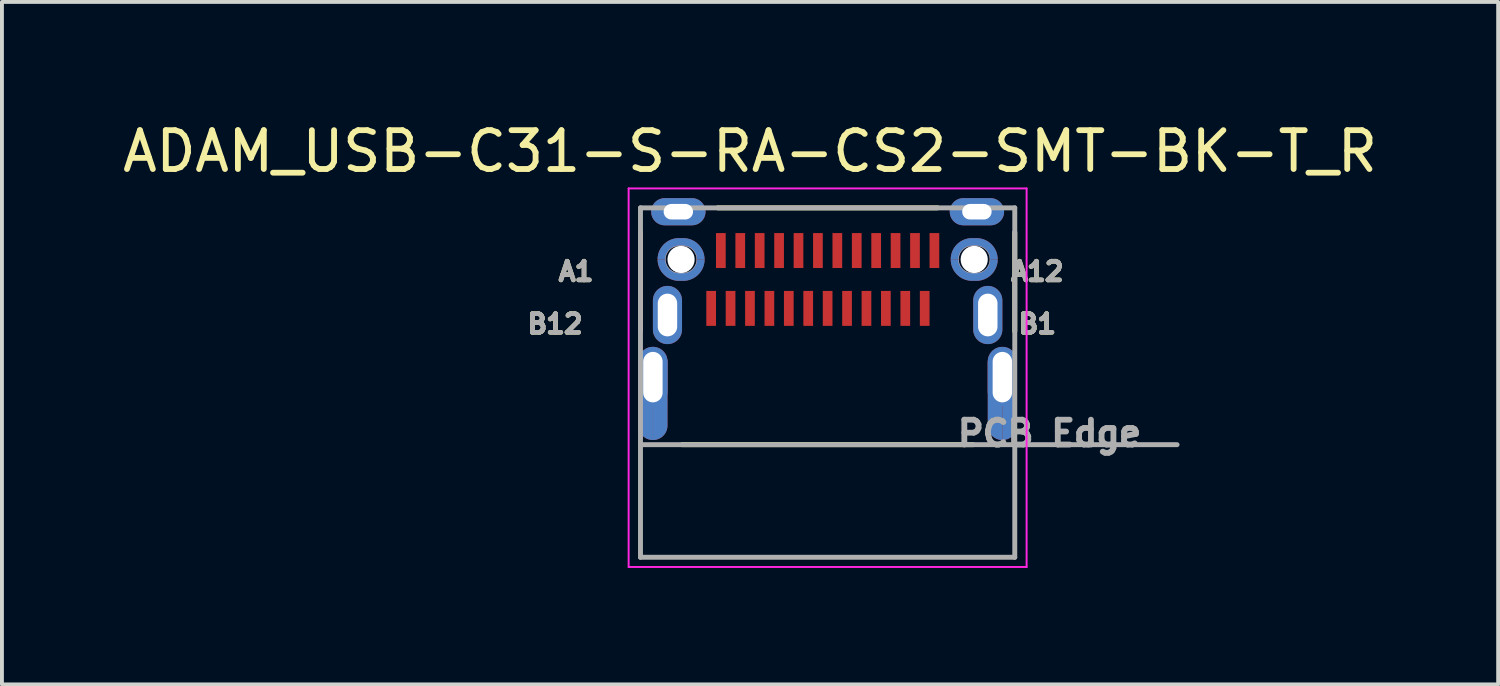
<source format=kicad_pcb>
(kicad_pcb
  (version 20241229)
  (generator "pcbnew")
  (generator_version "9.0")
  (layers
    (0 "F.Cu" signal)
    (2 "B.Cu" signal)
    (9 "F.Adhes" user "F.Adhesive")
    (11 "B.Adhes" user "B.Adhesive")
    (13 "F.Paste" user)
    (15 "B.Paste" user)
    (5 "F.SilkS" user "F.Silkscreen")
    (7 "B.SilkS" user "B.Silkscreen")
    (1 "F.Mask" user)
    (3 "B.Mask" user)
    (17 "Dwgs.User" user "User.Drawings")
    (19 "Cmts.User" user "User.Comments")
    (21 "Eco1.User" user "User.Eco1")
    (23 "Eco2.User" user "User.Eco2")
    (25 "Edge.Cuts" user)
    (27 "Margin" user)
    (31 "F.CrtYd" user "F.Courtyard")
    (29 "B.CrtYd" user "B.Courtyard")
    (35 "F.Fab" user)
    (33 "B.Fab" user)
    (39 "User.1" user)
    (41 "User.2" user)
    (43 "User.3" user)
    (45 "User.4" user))
  (footprint "ADAM_USB-C31-S-RA-CS2-SMT-BK-T_R"
    (layer "F.Cu")
    (at 18.266 3.633)
    (property "Reference" "ADAM_USB-C31-S-RA-CS2-SMT-BK-T_R" (at -1.998 -2.785 0) (layer "F.SilkS") (effects (font (size 1 1) (thickness 0.15))))
    (attr through_hole)
    (fp_poly (pts (xy -4.5 4.65) (xy -4.52 4.649) (xy -4.539 4.648) (xy -4.559 4.645) (xy -4.578 4.642) (xy -4.597 4.637) (xy -4.616 4.632) (xy -4.634 4.625) (xy -4.653 4.618) (xy -4.67 4.609) (xy -4.688 4.6) (xy -4.704 4.59) (xy -4.72 4.578) (xy -4.736 4.566) (xy -4.751 4.554) (xy -4.765 4.54) (xy -4.779 4.526) (xy -4.791 4.511) (xy -4.803 4.495) (xy -4.815 4.479) (xy -4.825 4.463) (xy -4.834 4.445) (xy -4.843 4.428) (xy -4.85 4.409) (xy -4.857 4.391) (xy -4.862 4.372) (xy -4.867 4.353) (xy -4.87 4.334) (xy -4.873 4.314) (xy -4.874 4.295) (xy -4.875 4.275) (xy -4.875 2.625) (xy -4.874 2.605) (xy -4.873 2.586) (xy -4.87 2.566) (xy -4.867 2.547) (xy -4.862 2.528) (xy -4.857 2.509) (xy -4.85 2.491) (xy -4.843 2.472) (xy -4.834 2.455) (xy -4.825 2.438) (xy -4.815 2.421) (xy -4.803 2.405) (xy -4.791 2.389) (xy -4.779 2.374) (xy -4.765 2.36) (xy -4.751 2.346) (xy -4.736 2.334) (xy -4.72 2.322) (xy -4.704 2.31) (xy -4.688 2.3) (xy -4.67 2.291) (xy -4.653 2.282) (xy -4.634 2.275) (xy -4.616 2.268) (xy -4.597 2.263) (xy -4.578 2.258) (xy -4.559 2.255) (xy -4.539 2.252) (xy -4.52 2.251) (xy -4.5 2.25) (xy -4.5 2.381) (xy -4.513 2.381) (xy -4.526 2.382) (xy -4.539 2.384) (xy -4.552 2.386) (xy -4.565 2.39) (xy -4.577 2.393) (xy -4.59 2.398) (xy -4.602 2.403) (xy -4.613 2.408) (xy -4.625 2.414) (xy -4.636 2.421) (xy -4.647 2.429) (xy -4.657 2.437) (xy -4.667 2.445) (xy -4.677 2.454) (xy -4.686 2.464) (xy -4.694 2.474) (xy -4.702 2.484) (xy -4.71 2.495) (xy -4.717 2.506) (xy -4.723 2.518) (xy -4.728 2.529) (xy -4.733 2.541) (xy -4.738 2.554) (xy -4.741 2.566) (xy -4.745 2.579) (xy -4.747 2.592) (xy -4.749 2.605) (xy -4.75 2.618) (xy -4.75 2.631) (xy -4.75 3.43) (xy -4.75 3.443) (xy -4.749 3.456) (xy -4.747 3.469) (xy -4.745 3.482) (xy -4.741 3.495) (xy -4.738 3.507) (xy -4.733 3.52) (xy -4.728 3.532) (xy -4.723 3.543) (xy -4.717 3.555) (xy -4.71 3.566) (xy -4.702 3.577) (xy -4.694 3.587) (xy -4.686 3.597) (xy -4.677 3.607) (xy -4.667 3.616) (xy -4.657 3.624) (xy -4.647 3.632) (xy -4.636 3.64) (xy -4.625 3.647) (xy -4.613 3.653) (xy -4.602 3.658) (xy -4.59 3.663) (xy -4.577 3.668) (xy -4.565 3.671) (xy -4.552 3.675) (xy -4.539 3.677) (xy -4.526 3.679) (xy -4.513 3.68) (xy -4.5 3.68) (xy -4.5 4.65)) (stroke (width 0) (type solid)) (fill yes) (layer "F.Cu"))
    (fp_poly (pts (xy 4.5 4.65) (xy 4.48 4.649) (xy 4.461 4.648) (xy 4.441 4.645) (xy 4.422 4.642) (xy 4.403 4.637) (xy 4.384 4.632) (xy 4.366 4.625) (xy 4.347 4.618) (xy 4.33 4.609) (xy 4.313 4.6) (xy 4.296 4.59) (xy 4.28 4.578) (xy 4.264 4.566) (xy 4.249 4.554) (xy 4.235 4.54) (xy 4.221 4.526) (xy 4.209 4.511) (xy 4.197 4.495) (xy 4.185 4.479) (xy 4.175 4.463) (xy 4.166 4.445) (xy 4.157 4.428) (xy 4.15 4.409) (xy 4.143 4.391) (xy 4.138 4.372) (xy 4.133 4.353) (xy 4.13 4.334) (xy 4.127 4.314) (xy 4.126 4.295) (xy 4.125 4.275) (xy 4.125 2.625) (xy 4.126 2.605) (xy 4.127 2.586) (xy 4.13 2.566) (xy 4.133 2.547) (xy 4.138 2.528) (xy 4.143 2.509) (xy 4.15 2.491) (xy 4.157 2.472) (xy 4.166 2.455) (xy 4.175 2.438) (xy 4.185 2.421) (xy 4.197 2.405) (xy 4.209 2.389) (xy 4.221 2.374) (xy 4.235 2.36) (xy 4.249 2.346) (xy 4.264 2.334) (xy 4.28 2.322) (xy 4.296 2.31) (xy 4.313 2.3) (xy 4.33 2.291) (xy 4.347 2.282) (xy 4.366 2.275) (xy 4.384 2.268) (xy 4.403 2.263) (xy 4.422 2.258) (xy 4.441 2.255) (xy 4.461 2.252) (xy 4.48 2.251) (xy 4.5 2.25) (xy 4.5 2.381) (xy 4.487 2.381) (xy 4.474 2.382) (xy 4.461 2.384) (xy 4.448 2.386) (xy 4.435 2.39) (xy 4.423 2.393) (xy 4.41 2.398) (xy 4.398 2.403) (xy 4.387 2.408) (xy 4.375 2.414) (xy 4.364 2.421) (xy 4.353 2.429) (xy 4.343 2.437) (xy 4.333 2.445) (xy 4.323 2.454) (xy 4.314 2.464) (xy 4.306 2.474) (xy 4.298 2.484) (xy 4.29 2.495) (xy 4.283 2.506) (xy 4.277 2.518) (xy 4.272 2.529) (xy 4.267 2.541) (xy 4.262 2.554) (xy 4.259 2.566) (xy 4.255 2.579) (xy 4.253 2.592) (xy 4.251 2.605) (xy 4.25 2.618) (xy 4.25 2.631) (xy 4.25 3.43) (xy 4.25 3.443) (xy 4.251 3.456) (xy 4.253 3.469) (xy 4.255 3.482) (xy 4.259 3.495) (xy 4.262 3.507) (xy 4.267 3.52) (xy 4.272 3.532) (xy 4.277 3.543) (xy 4.283 3.555) (xy 4.29 3.566) (xy 4.298 3.577) (xy 4.306 3.587) (xy 4.314 3.597) (xy 4.323 3.607) (xy 4.333 3.616) (xy 4.343 3.624) (xy 4.353 3.632) (xy 4.364 3.64) (xy 4.375 3.647) (xy 4.387 3.653) (xy 4.398 3.658) (xy 4.41 3.663) (xy 4.423 3.668) (xy 4.435 3.671) (xy 4.448 3.675) (xy 4.461 3.677) (xy 4.474 3.679) (xy 4.487 3.68) (xy 4.5 3.68) (xy 4.5 4.65)) (stroke (width 0) (type solid)) (fill yes) (layer "F.Cu"))
    (fp_poly (pts (xy -4.499 4.65) (xy -4.479 4.649) (xy -4.459 4.648) (xy -4.44 4.645) (xy -4.421 4.642) (xy -4.402 4.637) (xy -4.383 4.632) (xy -4.365 4.625) (xy -4.347 4.618) (xy -4.329 4.609) (xy -4.312 4.6) (xy -4.295 4.59) (xy -4.279 4.579) (xy -4.263 4.567) (xy -4.249 4.554) (xy -4.234 4.541) (xy -4.221 4.526) (xy -4.208 4.512) (xy -4.196 4.496) (xy -4.185 4.48) (xy -4.175 4.463) (xy -4.166 4.446) (xy -4.157 4.428) (xy -4.15 4.41) (xy -4.143 4.392) (xy -4.138 4.373) (xy -4.133 4.354) (xy -4.13 4.335) (xy -4.127 4.316) (xy -4.126 4.296) (xy -4.125 4.277) (xy -4.125 2.625) (xy -4.126 2.605) (xy -4.127 2.585) (xy -4.13 2.566) (xy -4.133 2.547) (xy -4.138 2.528) (xy -4.143 2.509) (xy -4.15 2.49) (xy -4.157 2.472) (xy -4.166 2.454) (xy -4.175 2.437) (xy -4.185 2.421) (xy -4.197 2.404) (xy -4.208 2.389) (xy -4.221 2.374) (xy -4.235 2.36) (xy -4.249 2.346) (xy -4.264 2.333) (xy -4.279 2.322) (xy -4.296 2.31) (xy -4.312 2.3) (xy -4.329 2.291) (xy -4.347 2.282) (xy -4.365 2.275) (xy -4.384 2.268) (xy -4.403 2.263) (xy -4.422 2.258) (xy -4.441 2.255) (xy -4.46 2.252) (xy -4.48 2.251) (xy -4.499 2.25) (xy -4.499 2.38) (xy -4.486 2.38) (xy -4.473 2.381) (xy -4.46 2.383) (xy -4.447 2.385) (xy -4.435 2.388) (xy -4.422 2.392) (xy -4.41 2.397) (xy -4.398 2.402) (xy -4.386 2.407) (xy -4.374 2.413) (xy -4.363 2.42) (xy -4.353 2.428) (xy -4.342 2.435) (xy -4.332 2.444) (xy -4.323 2.453) (xy -4.314 2.462) (xy -4.305 2.472) (xy -4.298 2.483) (xy -4.29 2.493) (xy -4.283 2.505) (xy -4.277 2.516) (xy -4.272 2.528) (xy -4.267 2.54) (xy -4.262 2.552) (xy -4.258 2.565) (xy -4.255 2.577) (xy -4.253 2.59) (xy -4.251 2.603) (xy -4.25 2.616) (xy -4.25 2.629) (xy -4.25 3.431) (xy -4.25 3.444) (xy -4.251 3.457) (xy -4.253 3.47) (xy -4.255 3.483) (xy -4.259 3.496) (xy -4.262 3.508) (xy -4.267 3.521) (xy -4.272 3.533) (xy -4.277 3.544) (xy -4.283 3.556) (xy -4.29 3.567) (xy -4.298 3.578) (xy -4.306 3.588) (xy -4.314 3.598) (xy -4.323 3.608) (xy -4.333 3.617) (xy -4.343 3.625) (xy -4.353 3.633) (xy -4.364 3.641) (xy -4.375 3.648) (xy -4.387 3.654) (xy -4.398 3.659) (xy -4.41 3.664) (xy -4.423 3.669) (xy -4.435 3.672) (xy -4.448 3.676) (xy -4.461 3.678) (xy -4.474 3.68) (xy -4.487 3.681) (xy -4.5 3.681) (xy -4.5 4.65) (xy -4.499 4.65)) (stroke (width 0) (type solid)) (fill yes) (layer "F.Cu"))
    (fp_poly (pts (xy 4.501 4.65) (xy 4.521 4.649) (xy 4.541 4.648) (xy 4.56 4.645) (xy 4.579 4.642) (xy 4.598 4.637) (xy 4.617 4.632) (xy 4.635 4.625) (xy 4.653 4.618) (xy 4.671 4.609) (xy 4.688 4.6) (xy 4.705 4.59) (xy 4.721 4.579) (xy 4.737 4.567) (xy 4.751 4.554) (xy 4.766 4.541) (xy 4.779 4.526) (xy 4.792 4.512) (xy 4.804 4.496) (xy 4.815 4.48) (xy 4.825 4.463) (xy 4.834 4.446) (xy 4.843 4.428) (xy 4.85 4.41) (xy 4.857 4.392) (xy 4.862 4.373) (xy 4.867 4.354) (xy 4.87 4.335) (xy 4.873 4.316) (xy 4.874 4.296) (xy 4.875 4.277) (xy 4.875 2.625) (xy 4.874 2.605) (xy 4.873 2.585) (xy 4.87 2.566) (xy 4.867 2.547) (xy 4.862 2.528) (xy 4.857 2.509) (xy 4.85 2.49) (xy 4.843 2.472) (xy 4.834 2.454) (xy 4.825 2.437) (xy 4.815 2.421) (xy 4.803 2.404) (xy 4.792 2.389) (xy 4.779 2.374) (xy 4.765 2.36) (xy 4.751 2.346) (xy 4.736 2.333) (xy 4.721 2.322) (xy 4.704 2.31) (xy 4.688 2.3) (xy 4.671 2.291) (xy 4.653 2.282) (xy 4.635 2.275) (xy 4.616 2.268) (xy 4.597 2.263) (xy 4.578 2.258) (xy 4.559 2.255) (xy 4.54 2.252) (xy 4.52 2.251) (xy 4.501 2.25) (xy 4.501 2.38) (xy 4.514 2.38) (xy 4.527 2.381) (xy 4.54 2.383) (xy 4.553 2.385) (xy 4.565 2.388) (xy 4.578 2.392) (xy 4.59 2.397) (xy 4.602 2.402) (xy 4.614 2.407) (xy 4.626 2.413) (xy 4.637 2.42) (xy 4.647 2.428) (xy 4.658 2.435) (xy 4.668 2.444) (xy 4.677 2.453) (xy 4.686 2.462) (xy 4.695 2.472) (xy 4.702 2.483) (xy 4.71 2.493) (xy 4.717 2.505) (xy 4.723 2.516) (xy 4.728 2.528) (xy 4.733 2.54) (xy 4.738 2.552) (xy 4.742 2.565) (xy 4.745 2.577) (xy 4.747 2.59) (xy 4.749 2.603) (xy 4.75 2.616) (xy 4.75 2.629) (xy 4.75 3.431) (xy 4.75 3.444) (xy 4.749 3.457) (xy 4.747 3.47) (xy 4.745 3.483) (xy 4.741 3.496) (xy 4.738 3.508) (xy 4.733 3.521) (xy 4.728 3.533) (xy 4.723 3.544) (xy 4.717 3.556) (xy 4.71 3.567) (xy 4.702 3.578) (xy 4.694 3.588) (xy 4.686 3.598) (xy 4.677 3.608) (xy 4.667 3.617) (xy 4.657 3.625) (xy 4.647 3.633) (xy 4.636 3.641) (xy 4.625 3.648) (xy 4.613 3.654) (xy 4.602 3.659) (xy 4.59 3.664) (xy 4.577 3.669) (xy 4.565 3.672) (xy 4.552 3.676) (xy 4.539 3.678) (xy 4.526 3.68) (xy 4.513 3.681) (xy 4.5 3.681) (xy 4.5 4.65) (xy 4.501 4.65)) (stroke (width 0) (type solid)) (fill yes) (layer "F.Cu"))
    (fp_poly (pts (xy -3.17 -0.004) (xy -3.171 0.027) (xy -3.173 0.056) (xy -3.177 0.085) (xy -3.182 0.113) (xy -3.189 0.141) (xy -3.197 0.169) (xy -3.207 0.196) (xy -3.218 0.223) (xy -3.23 0.249) (xy -3.244 0.274) (xy -3.259 0.299) (xy -3.275 0.323) (xy -3.293 0.346) (xy -3.312 0.368) (xy -3.332 0.388) (xy -3.352 0.408) (xy -3.374 0.427) (xy -3.397 0.445) (xy -3.421 0.461) (xy -3.446 0.476) (xy -3.471 0.49) (xy -3.497 0.502) (xy -3.524 0.513) (xy -3.551 0.523) (xy -3.579 0.531) (xy -3.607 0.538) (xy -3.635 0.543) (xy -3.664 0.547) (xy -3.693 0.549) (xy -3.719 0.55) (xy -3.829 0.55) (xy -3.856 0.549) (xy -3.885 0.547) (xy -3.914 0.543) (xy -3.942 0.538) (xy -3.97 0.531) (xy -3.998 0.523) (xy -4.025 0.513) (xy -4.052 0.502) (xy -4.078 0.49) (xy -4.104 0.476) (xy -4.128 0.461) (xy -4.152 0.444) (xy -4.175 0.427) (xy -4.197 0.408) (xy -4.218 0.388) (xy -4.238 0.367) (xy -4.257 0.345) (xy -4.274 0.322) (xy -4.291 0.298) (xy -4.306 0.274) (xy -4.32 0.248) (xy -4.332 0.222) (xy -4.343 0.195) (xy -4.353 0.168) (xy -4.361 0.14) (xy -4.368 0.112) (xy -4.373 0.084) (xy -4.377 0.055) (xy -4.379 0.026) (xy -4.38 -0.004) (xy -4.18 -0.004) (xy -4.179 -0.004) (xy -4.179 -0.005) (xy -4.179 0.015) (xy -4.177 0.034) (xy -4.175 0.052) (xy -4.171 0.07) (xy -4.167 0.088) (xy -4.162 0.106) (xy -4.156 0.124) (xy -4.148 0.141) (xy -4.141 0.157) (xy -4.132 0.174) (xy -4.122 0.189) (xy -4.112 0.204) (xy -4.1 0.219) (xy -4.088 0.233) (xy -4.076 0.247) (xy -4.062 0.259) (xy -4.048 0.271) (xy -4.033 0.283) (xy -4.018 0.293) (xy -4.003 0.303) (xy -3.986 0.312) (xy -3.97 0.319) (xy -3.953 0.327) (xy -3.935 0.333) (xy -3.917 0.338) (xy -3.899 0.342) (xy -3.881 0.346) (xy -3.863 0.348) (xy -3.844 0.35) (xy -3.828 0.35) (xy -3.72 0.35) (xy -3.704 0.35) (xy -3.685 0.348) (xy -3.667 0.346) (xy -3.649 0.342) (xy -3.631 0.338) (xy -3.613 0.333) (xy -3.596 0.327) (xy -3.579 0.32) (xy -3.562 0.312) (xy -3.546 0.303) (xy -3.53 0.293) (xy -3.515 0.283) (xy -3.5 0.272) (xy -3.486 0.26) (xy -3.473 0.247) (xy -3.46 0.234) (xy -3.448 0.22) (xy -3.437 0.205) (xy -3.427 0.19) (xy -3.417 0.174) (xy -3.408 0.158) (xy -3.4 0.141) (xy -3.393 0.124) (xy -3.387 0.107) (xy -3.382 0.089) (xy -3.378 0.071) (xy -3.374 0.053) (xy -3.372 0.035) (xy -3.37 0.016) (xy -3.37 -0.004) (xy -3.17 -0.004)) (stroke (width 0.0001) (type solid)) (fill yes) (layer "F.Cu"))
    (fp_poly (pts (xy 4.38 -0.004) (xy 4.379 0.027) (xy 4.377 0.056) (xy 4.373 0.085) (xy 4.368 0.113) (xy 4.361 0.141) (xy 4.353 0.169) (xy 4.343 0.196) (xy 4.332 0.223) (xy 4.32 0.249) (xy 4.306 0.274) (xy 4.291 0.299) (xy 4.275 0.323) (xy 4.257 0.346) (xy 4.238 0.368) (xy 4.218 0.388) (xy 4.198 0.408) (xy 4.176 0.427) (xy 4.153 0.445) (xy 4.129 0.461) (xy 4.104 0.476) (xy 4.079 0.49) (xy 4.053 0.502) (xy 4.026 0.513) (xy 3.999 0.523) (xy 3.971 0.531) (xy 3.943 0.538) (xy 3.915 0.543) (xy 3.886 0.547) (xy 3.857 0.549) (xy 3.831 0.55) (xy 3.721 0.55) (xy 3.694 0.549) (xy 3.665 0.547) (xy 3.636 0.543) (xy 3.608 0.538) (xy 3.58 0.531) (xy 3.552 0.523) (xy 3.525 0.513) (xy 3.498 0.502) (xy 3.472 0.49) (xy 3.446 0.476) (xy 3.422 0.461) (xy 3.398 0.444) (xy 3.375 0.427) (xy 3.353 0.408) (xy 3.332 0.388) (xy 3.312 0.367) (xy 3.293 0.345) (xy 3.276 0.322) (xy 3.259 0.298) (xy 3.244 0.274) (xy 3.23 0.248) (xy 3.218 0.222) (xy 3.207 0.195) (xy 3.197 0.168) (xy 3.189 0.14) (xy 3.182 0.112) (xy 3.177 0.084) (xy 3.173 0.055) (xy 3.171 0.026) (xy 3.17 -0.004) (xy 3.37 -0.004) (xy 3.371 -0.004) (xy 3.371 -0.005) (xy 3.371 0.015) (xy 3.373 0.034) (xy 3.375 0.052) (xy 3.379 0.07) (xy 3.383 0.088) (xy 3.388 0.106) (xy 3.394 0.124) (xy 3.402 0.141) (xy 3.409 0.157) (xy 3.418 0.174) (xy 3.428 0.189) (xy 3.438 0.204) (xy 3.45 0.219) (xy 3.462 0.233) (xy 3.474 0.247) (xy 3.488 0.259) (xy 3.502 0.271) (xy 3.517 0.283) (xy 3.532 0.293) (xy 3.547 0.303) (xy 3.564 0.312) (xy 3.58 0.319) (xy 3.597 0.327) (xy 3.615 0.333) (xy 3.633 0.338) (xy 3.651 0.342) (xy 3.669 0.346) (xy 3.687 0.348) (xy 3.706 0.35) (xy 3.722 0.35) (xy 3.83 0.35) (xy 3.846 0.35) (xy 3.865 0.348) (xy 3.883 0.346) (xy 3.901 0.342) (xy 3.919 0.338) (xy 3.937 0.333) (xy 3.954 0.327) (xy 3.971 0.32) (xy 3.988 0.312) (xy 4.004 0.303) (xy 4.02 0.293) (xy 4.035 0.283) (xy 4.05 0.272) (xy 4.064 0.26) (xy 4.077 0.247) (xy 4.09 0.234) (xy 4.102 0.22) (xy 4.113 0.205) (xy 4.123 0.19) (xy 4.133 0.174) (xy 4.142 0.158) (xy 4.15 0.141) (xy 4.157 0.124) (xy 4.163 0.107) (xy 4.168 0.089) (xy 4.172 0.071) (xy 4.176 0.053) (xy 4.178 0.035) (xy 4.18 0.016) (xy 4.18 -0.004) (xy 4.38 -0.004)) (stroke (width 0.0001) (type solid)) (fill yes) (layer "F.Cu"))
    (fp_poly (pts (xy -4.5 4.75) (xy -4.525 4.749) (xy -4.55 4.747) (xy -4.574 4.744) (xy -4.599 4.74) (xy -4.623 4.734) (xy -4.647 4.727) (xy -4.67 4.718) (xy -4.693 4.709) (xy -4.716 4.698) (xy -4.737 4.686) (xy -4.759 4.673) (xy -4.779 4.659) (xy -4.799 4.644) (xy -4.818 4.628) (xy -4.836 4.611) (xy -4.853 4.593) (xy -4.869 4.574) (xy -4.884 4.554) (xy -4.898 4.534) (xy -4.911 4.513) (xy -4.923 4.491) (xy -4.934 4.468) (xy -4.943 4.445) (xy -4.952 4.422) (xy -4.959 4.398) (xy -4.965 4.374) (xy -4.969 4.349) (xy -4.972 4.325) (xy -4.974 4.3) (xy -4.975 4.275) (xy -4.975 2.608) (xy -4.974 2.583) (xy -4.972 2.558) (xy -4.969 2.534) (xy -4.965 2.509) (xy -4.959 2.485) (xy -4.952 2.461) (xy -4.943 2.437) (xy -4.934 2.414) (xy -4.923 2.392) (xy -4.911 2.37) (xy -4.898 2.349) (xy -4.884 2.328) (xy -4.869 2.308) (xy -4.853 2.289) (xy -4.836 2.271) (xy -4.818 2.254) (xy -4.799 2.238) (xy -4.779 2.223) (xy -4.758 2.209) (xy -4.737 2.196) (xy -4.715 2.184) (xy -4.693 2.173) (xy -4.67 2.164) (xy -4.646 2.155) (xy -4.622 2.148) (xy -4.598 2.142) (xy -4.573 2.138) (xy -4.549 2.135) (xy -4.524 2.133) (xy -4.499 2.132) (xy -4.475 2.133) (xy -4.45 2.135) (xy -4.425 2.138) (xy -4.401 2.142) (xy -4.377 2.148) (xy -4.353 2.155) (xy -4.329 2.164) (xy -4.307 2.173) (xy -4.284 2.184) (xy -4.262 2.196) (xy -4.241 2.209) (xy -4.221 2.223) (xy -4.201 2.238) (xy -4.182 2.254) (xy -4.164 2.271) (xy -4.147 2.289) (xy -4.131 2.308) (xy -4.116 2.328) (xy -4.102 2.348) (xy -4.089 2.369) (xy -4.077 2.391) (xy -4.066 2.414) (xy -4.057 2.436) (xy -4.048 2.46) (xy -4.041 2.484) (xy -4.035 2.508) (xy -4.031 2.532) (xy -4.028 2.557) (xy -4.026 2.582) (xy -4.025 2.607) (xy -4.025 4.274) (xy -4.026 4.299) (xy -4.028 4.324) (xy -4.031 4.349) (xy -4.035 4.373) (xy -4.041 4.398) (xy -4.048 4.421) (xy -4.057 4.445) (xy -4.066 4.468) (xy -4.077 4.49) (xy -4.089 4.512) (xy -4.102 4.533) (xy -4.116 4.554) (xy -4.131 4.574) (xy -4.147 4.593) (xy -4.164 4.611) (xy -4.182 4.628) (xy -4.201 4.644) (xy -4.221 4.659) (xy -4.242 4.673) (xy -4.263 4.686) (xy -4.285 4.698) (xy -4.307 4.709) (xy -4.33 4.718) (xy -4.354 4.727) (xy -4.377 4.734) (xy -4.402 4.74) (xy -4.426 4.744) (xy -4.451 4.747) (xy -4.476 4.749) (xy -4.5 4.75)) (stroke (width 0) (type solid)) (fill yes) (layer "F.Mask"))
    (fp_poly (pts (xy 4.5 4.75) (xy 4.475 4.749) (xy 4.45 4.747) (xy 4.426 4.744) (xy 4.401 4.74) (xy 4.377 4.734) (xy 4.353 4.727) (xy 4.33 4.718) (xy 4.307 4.709) (xy 4.284 4.698) (xy 4.263 4.686) (xy 4.241 4.673) (xy 4.221 4.659) (xy 4.201 4.644) (xy 4.182 4.628) (xy 4.164 4.611) (xy 4.147 4.593) (xy 4.131 4.574) (xy 4.116 4.554) (xy 4.102 4.534) (xy 4.089 4.513) (xy 4.077 4.491) (xy 4.066 4.468) (xy 4.057 4.445) (xy 4.048 4.422) (xy 4.041 4.398) (xy 4.035 4.374) (xy 4.031 4.349) (xy 4.028 4.325) (xy 4.026 4.3) (xy 4.025 4.275) (xy 4.025 2.608) (xy 4.026 2.583) (xy 4.028 2.558) (xy 4.031 2.534) (xy 4.035 2.509) (xy 4.041 2.485) (xy 4.048 2.461) (xy 4.057 2.437) (xy 4.066 2.414) (xy 4.077 2.392) (xy 4.089 2.37) (xy 4.102 2.349) (xy 4.116 2.328) (xy 4.131 2.308) (xy 4.147 2.289) (xy 4.164 2.271) (xy 4.182 2.254) (xy 4.201 2.238) (xy 4.221 2.223) (xy 4.242 2.209) (xy 4.263 2.196) (xy 4.285 2.184) (xy 4.307 2.173) (xy 4.33 2.164) (xy 4.354 2.155) (xy 4.378 2.148) (xy 4.402 2.142) (xy 4.427 2.138) (xy 4.451 2.135) (xy 4.476 2.133) (xy 4.501 2.132) (xy 4.526 2.133) (xy 4.551 2.135) (xy 4.575 2.138) (xy 4.6 2.142) (xy 4.624 2.148) (xy 4.648 2.155) (xy 4.671 2.164) (xy 4.694 2.173) (xy 4.717 2.184) (xy 4.739 2.196) (xy 4.76 2.209) (xy 4.78 2.223) (xy 4.8 2.238) (xy 4.819 2.254) (xy 4.837 2.271) (xy 4.854 2.289) (xy 4.87 2.308) (xy 4.885 2.328) (xy 4.899 2.348) (xy 4.912 2.37) (xy 4.924 2.391) (xy 4.935 2.414) (xy 4.944 2.437) (xy 4.953 2.46) (xy 4.96 2.484) (xy 4.966 2.508) (xy 4.97 2.533) (xy 4.973 2.557) (xy 4.975 2.582) (xy 4.976 2.607) (xy 4.976 4.274) (xy 4.975 4.299) (xy 4.973 4.324) (xy 4.97 4.348) (xy 4.966 4.373) (xy 4.96 4.397) (xy 4.953 4.421) (xy 4.944 4.445) (xy 4.935 4.468) (xy 4.924 4.49) (xy 4.912 4.512) (xy 4.899 4.533) (xy 4.885 4.554) (xy 4.87 4.574) (xy 4.854 4.593) (xy 4.837 4.611) (xy 4.819 4.628) (xy 4.8 4.644) (xy 4.78 4.659) (xy 4.759 4.673) (xy 4.738 4.686) (xy 4.716 4.698) (xy 4.694 4.709) (xy 4.671 4.718) (xy 4.647 4.727) (xy 4.623 4.734) (xy 4.599 4.74) (xy 4.574 4.744) (xy 4.55 4.747) (xy 4.525 4.749) (xy 4.5 4.75)) (stroke (width 0) (type solid)) (fill yes) (layer "F.Mask"))
    (fp_poly (pts (xy -4.48 0.003) (xy -4.479 -0.031) (xy -4.476 -0.065) (xy -4.472 -0.099) (xy -4.466 -0.132) (xy -4.458 -0.166) (xy -4.448 -0.198) (xy -4.437 -0.231) (xy -4.424 -0.262) (xy -4.409 -0.293) (xy -4.392 -0.323) (xy -4.375 -0.352) (xy -4.355 -0.381) (xy -4.334 -0.408) (xy -4.312 -0.434) (xy -4.289 -0.459) (xy -4.264 -0.482) (xy -4.238 -0.504) (xy -4.211 -0.525) (xy -4.182 -0.545) (xy -4.153 -0.562) (xy -4.123 -0.579) (xy -4.092 -0.594) (xy -4.061 -0.607) (xy -4.028 -0.618) (xy -3.996 -0.628) (xy -3.962 -0.636) (xy -3.929 -0.642) (xy -3.895 -0.646) (xy -3.861 -0.649) (xy -3.826 -0.65) (xy -3.715 -0.65) (xy -3.685 -0.649) (xy -3.651 -0.646) (xy -3.617 -0.642) (xy -3.584 -0.636) (xy -3.551 -0.628) (xy -3.518 -0.618) (xy -3.486 -0.607) (xy -3.455 -0.594) (xy -3.424 -0.579) (xy -3.394 -0.563) (xy -3.366 -0.545) (xy -3.338 -0.526) (xy -3.311 -0.505) (xy -3.285 -0.483) (xy -3.26 -0.46) (xy -3.237 -0.435) (xy -3.215 -0.409) (xy -3.194 -0.382) (xy -3.175 -0.354) (xy -3.157 -0.326) (xy -3.141 -0.296) (xy -3.126 -0.265) (xy -3.113 -0.234) (xy -3.102 -0.202) (xy -3.092 -0.169) (xy -3.084 -0.136) (xy -3.078 -0.103) (xy -3.074 -0.069) (xy -3.071 -0.035) (xy -3.07 0.003) (xy -3.071 0.037) (xy -3.074 0.071) (xy -3.078 0.105) (xy -3.084 0.138) (xy -3.092 0.171) (xy -3.102 0.203) (xy -3.113 0.235) (xy -3.126 0.266) (xy -3.14 0.297) (xy -3.157 0.327) (xy -3.174 0.356) (xy -3.193 0.384) (xy -3.214 0.41) (xy -3.236 0.436) (xy -3.259 0.461) (xy -3.284 0.484) (xy -3.31 0.506) (xy -3.336 0.527) (xy -3.364 0.546) (xy -3.393 0.563) (xy -3.423 0.58) (xy -3.454 0.594) (xy -3.485 0.607) (xy -3.517 0.618) (xy -3.549 0.628) (xy -3.582 0.636) (xy -3.615 0.642) (xy -3.649 0.646) (xy -3.683 0.649) (xy -3.716 0.65) (xy -3.826 0.65) (xy -3.864 0.649) (xy -3.898 0.646) (xy -3.932 0.642) (xy -3.965 0.636) (xy -3.998 0.628) (xy -4.031 0.618) (xy -4.063 0.607) (xy -4.094 0.594) (xy -4.125 0.579) (xy -4.155 0.563) (xy -4.184 0.545) (xy -4.212 0.526) (xy -4.239 0.505) (xy -4.265 0.483) (xy -4.29 0.46) (xy -4.313 0.435) (xy -4.335 0.409) (xy -4.356 0.382) (xy -4.375 0.354) (xy -4.393 0.325) (xy -4.409 0.295) (xy -4.424 0.264) (xy -4.437 0.233) (xy -4.448 0.201) (xy -4.458 0.168) (xy -4.466 0.135) (xy -4.472 0.102) (xy -4.476 0.068) (xy -4.479 0.034) (xy -4.48 0.004) (xy -4.48 0.003)) (stroke (width 0) (type solid)) (fill yes) (layer "F.Mask"))
    (fp_poly (pts (xy 3.07 0.003) (xy 3.071 -0.031) (xy 3.074 -0.065) (xy 3.078 -0.099) (xy 3.084 -0.132) (xy 3.092 -0.166) (xy 3.102 -0.198) (xy 3.113 -0.231) (xy 3.126 -0.262) (xy 3.141 -0.293) (xy 3.158 -0.323) (xy 3.175 -0.352) (xy 3.195 -0.381) (xy 3.216 -0.408) (xy 3.238 -0.434) (xy 3.261 -0.459) (xy 3.286 -0.482) (xy 3.312 -0.504) (xy 3.339 -0.525) (xy 3.368 -0.545) (xy 3.397 -0.562) (xy 3.427 -0.579) (xy 3.458 -0.594) (xy 3.489 -0.607) (xy 3.522 -0.618) (xy 3.554 -0.628) (xy 3.588 -0.636) (xy 3.621 -0.642) (xy 3.655 -0.646) (xy 3.689 -0.649) (xy 3.724 -0.65) (xy 3.835 -0.65) (xy 3.865 -0.649) (xy 3.899 -0.646) (xy 3.933 -0.642) (xy 3.966 -0.636) (xy 3.999 -0.628) (xy 4.032 -0.618) (xy 4.064 -0.607) (xy 4.095 -0.594) (xy 4.126 -0.579) (xy 4.156 -0.563) (xy 4.184 -0.545) (xy 4.212 -0.526) (xy 4.239 -0.505) (xy 4.265 -0.483) (xy 4.29 -0.46) (xy 4.313 -0.435) (xy 4.335 -0.409) (xy 4.356 -0.382) (xy 4.375 -0.354) (xy 4.393 -0.326) (xy 4.409 -0.296) (xy 4.424 -0.265) (xy 4.437 -0.234) (xy 4.448 -0.202) (xy 4.458 -0.169) (xy 4.466 -0.136) (xy 4.472 -0.103) (xy 4.476 -0.069) (xy 4.479 -0.035) (xy 4.48 0.003) (xy 4.479 0.037) (xy 4.476 0.071) (xy 4.472 0.105) (xy 4.466 0.138) (xy 4.458 0.171) (xy 4.448 0.203) (xy 4.437 0.235) (xy 4.424 0.266) (xy 4.41 0.297) (xy 4.393 0.327) (xy 4.376 0.356) (xy 4.357 0.384) (xy 4.336 0.41) (xy 4.314 0.436) (xy 4.291 0.461) (xy 4.266 0.484) (xy 4.24 0.506) (xy 4.214 0.527) (xy 4.186 0.546) (xy 4.157 0.563) (xy 4.127 0.58) (xy 4.096 0.594) (xy 4.065 0.607) (xy 4.033 0.618) (xy 4.001 0.628) (xy 3.968 0.636) (xy 3.935 0.642) (xy 3.901 0.646) (xy 3.867 0.649) (xy 3.834 0.65) (xy 3.724 0.65) (xy 3.686 0.649) (xy 3.652 0.646) (xy 3.618 0.642) (xy 3.585 0.636) (xy 3.552 0.628) (xy 3.519 0.618) (xy 3.487 0.607) (xy 3.456 0.594) (xy 3.425 0.579) (xy 3.395 0.563) (xy 3.366 0.545) (xy 3.338 0.526) (xy 3.311 0.505) (xy 3.285 0.483) (xy 3.26 0.46) (xy 3.237 0.435) (xy 3.215 0.409) (xy 3.194 0.382) (xy 3.175 0.354) (xy 3.157 0.325) (xy 3.141 0.295) (xy 3.126 0.264) (xy 3.113 0.233) (xy 3.102 0.201) (xy 3.092 0.168) (xy 3.084 0.135) (xy 3.078 0.102) (xy 3.074 0.068) (xy 3.071 0.034) (xy 3.07 0.004) (xy 3.07 0.003)) (stroke (width 0) (type solid)) (fill yes) (layer "F.Mask"))
    (fp_poly (pts (xy -4.5 4.65) (xy -4.52 4.649) (xy -4.539 4.648) (xy -4.559 4.645) (xy -4.578 4.642) (xy -4.597 4.637) (xy -4.616 4.632) (xy -4.634 4.625) (xy -4.653 4.618) (xy -4.67 4.609) (xy -4.688 4.6) (xy -4.704 4.59) (xy -4.72 4.578) (xy -4.736 4.566) (xy -4.751 4.554) (xy -4.765 4.54) (xy -4.779 4.526) (xy -4.791 4.511) (xy -4.803 4.495) (xy -4.815 4.479) (xy -4.825 4.463) (xy -4.834 4.445) (xy -4.843 4.428) (xy -4.85 4.409) (xy -4.857 4.391) (xy -4.862 4.372) (xy -4.867 4.353) (xy -4.87 4.334) (xy -4.873 4.314) (xy -4.874 4.295) (xy -4.875 4.275) (xy -4.875 2.625) (xy -4.874 2.605) (xy -4.873 2.586) (xy -4.87 2.566) (xy -4.867 2.547) (xy -4.862 2.528) (xy -4.857 2.509) (xy -4.85 2.491) (xy -4.843 2.472) (xy -4.834 2.455) (xy -4.825 2.438) (xy -4.815 2.421) (xy -4.803 2.405) (xy -4.791 2.389) (xy -4.779 2.374) (xy -4.765 2.36) (xy -4.751 2.346) (xy -4.736 2.334) (xy -4.72 2.322) (xy -4.704 2.31) (xy -4.688 2.3) (xy -4.67 2.291) (xy -4.653 2.282) (xy -4.634 2.275) (xy -4.616 2.268) (xy -4.597 2.263) (xy -4.578 2.258) (xy -4.559 2.255) (xy -4.539 2.252) (xy -4.52 2.251) (xy -4.5 2.25) (xy -4.5 2.38) (xy -4.513 2.38) (xy -4.526 2.381) (xy -4.539 2.383) (xy -4.552 2.385) (xy -4.564 2.389) (xy -4.577 2.392) (xy -4.589 2.397) (xy -4.601 2.402) (xy -4.613 2.407) (xy -4.625 2.414) (xy -4.636 2.42) (xy -4.647 2.428) (xy -4.657 2.436) (xy -4.667 2.444) (xy -4.677 2.453) (xy -4.686 2.463) (xy -4.694 2.473) (xy -4.702 2.483) (xy -4.71 2.494) (xy -4.716 2.505) (xy -4.723 2.517) (xy -4.728 2.529) (xy -4.733 2.541) (xy -4.738 2.553) (xy -4.741 2.566) (xy -4.745 2.578) (xy -4.747 2.591) (xy -4.749 2.604) (xy -4.75 2.617) (xy -4.75 2.631) (xy -4.75 3.43) (xy -4.75 3.443) (xy -4.749 3.456) (xy -4.747 3.469) (xy -4.745 3.482) (xy -4.741 3.495) (xy -4.738 3.507) (xy -4.733 3.52) (xy -4.728 3.532) (xy -4.723 3.543) (xy -4.717 3.555) (xy -4.71 3.566) (xy -4.702 3.577) (xy -4.694 3.587) (xy -4.686 3.597) (xy -4.677 3.607) (xy -4.667 3.616) (xy -4.657 3.624) (xy -4.647 3.632) (xy -4.636 3.64) (xy -4.625 3.647) (xy -4.613 3.653) (xy -4.602 3.658) (xy -4.59 3.663) (xy -4.577 3.668) (xy -4.565 3.671) (xy -4.552 3.675) (xy -4.539 3.677) (xy -4.526 3.679) (xy -4.513 3.68) (xy -4.5 3.68) (xy -4.5 4.65)) (stroke (width 0) (type solid)) (fill yes) (layer "B.Cu"))
    (fp_poly (pts (xy 4.5 4.65) (xy 4.48 4.649) (xy 4.461 4.648) (xy 4.441 4.645) (xy 4.422 4.642) (xy 4.403 4.637) (xy 4.384 4.632) (xy 4.366 4.625) (xy 4.347 4.618) (xy 4.33 4.609) (xy 4.313 4.6) (xy 4.296 4.59) (xy 4.28 4.578) (xy 4.264 4.566) (xy 4.249 4.554) (xy 4.235 4.54) (xy 4.221 4.526) (xy 4.209 4.511) (xy 4.197 4.495) (xy 4.185 4.479) (xy 4.175 4.463) (xy 4.166 4.445) (xy 4.157 4.428) (xy 4.15 4.409) (xy 4.143 4.391) (xy 4.138 4.372) (xy 4.133 4.353) (xy 4.13 4.334) (xy 4.127 4.314) (xy 4.126 4.295) (xy 4.125 4.275) (xy 4.125 2.625) (xy 4.126 2.605) (xy 4.127 2.586) (xy 4.13 2.566) (xy 4.133 2.547) (xy 4.138 2.528) (xy 4.143 2.509) (xy 4.15 2.491) (xy 4.157 2.472) (xy 4.166 2.455) (xy 4.175 2.438) (xy 4.185 2.421) (xy 4.197 2.405) (xy 4.209 2.389) (xy 4.221 2.374) (xy 4.235 2.36) (xy 4.249 2.346) (xy 4.264 2.334) (xy 4.28 2.322) (xy 4.296 2.31) (xy 4.313 2.3) (xy 4.33 2.291) (xy 4.347 2.282) (xy 4.366 2.275) (xy 4.384 2.268) (xy 4.403 2.263) (xy 4.422 2.258) (xy 4.441 2.255) (xy 4.461 2.252) (xy 4.48 2.251) (xy 4.5 2.25) (xy 4.5 2.381) (xy 4.487 2.381) (xy 4.474 2.382) (xy 4.461 2.384) (xy 4.448 2.386) (xy 4.435 2.39) (xy 4.423 2.393) (xy 4.41 2.398) (xy 4.398 2.403) (xy 4.387 2.408) (xy 4.375 2.414) (xy 4.364 2.421) (xy 4.353 2.429) (xy 4.343 2.437) (xy 4.333 2.445) (xy 4.323 2.454) (xy 4.314 2.464) (xy 4.306 2.474) (xy 4.298 2.484) (xy 4.29 2.495) (xy 4.283 2.506) (xy 4.277 2.518) (xy 4.272 2.529) (xy 4.267 2.541) (xy 4.262 2.554) (xy 4.259 2.566) (xy 4.255 2.579) (xy 4.253 2.592) (xy 4.251 2.605) (xy 4.25 2.618) (xy 4.25 2.631) (xy 4.25 3.43) (xy 4.25 3.443) (xy 4.251 3.456) (xy 4.253 3.469) (xy 4.255 3.482) (xy 4.259 3.495) (xy 4.262 3.507) (xy 4.267 3.52) (xy 4.272 3.532) (xy 4.277 3.543) (xy 4.283 3.555) (xy 4.29 3.566) (xy 4.298 3.577) (xy 4.306 3.587) (xy 4.314 3.597) (xy 4.323 3.607) (xy 4.333 3.616) (xy 4.343 3.624) (xy 4.353 3.632) (xy 4.364 3.64) (xy 4.375 3.647) (xy 4.387 3.653) (xy 4.398 3.658) (xy 4.41 3.663) (xy 4.423 3.668) (xy 4.435 3.671) (xy 4.448 3.675) (xy 4.461 3.677) (xy 4.474 3.679) (xy 4.487 3.68) (xy 4.5 3.68) (xy 4.5 4.65)) (stroke (width 0) (type solid)) (fill yes) (layer "B.Cu"))
    (fp_poly (pts (xy -4.499 4.65) (xy -4.479 4.649) (xy -4.459 4.648) (xy -4.44 4.645) (xy -4.421 4.642) (xy -4.402 4.637) (xy -4.383 4.632) (xy -4.365 4.625) (xy -4.347 4.618) (xy -4.329 4.609) (xy -4.312 4.6) (xy -4.295 4.59) (xy -4.279 4.579) (xy -4.263 4.567) (xy -4.249 4.554) (xy -4.234 4.541) (xy -4.221 4.526) (xy -4.208 4.512) (xy -4.196 4.496) (xy -4.185 4.48) (xy -4.175 4.463) (xy -4.166 4.446) (xy -4.157 4.428) (xy -4.15 4.41) (xy -4.143 4.392) (xy -4.138 4.373) (xy -4.133 4.354) (xy -4.13 4.335) (xy -4.127 4.316) (xy -4.126 4.296) (xy -4.125 4.277) (xy -4.125 2.625) (xy -4.126 2.605) (xy -4.127 2.585) (xy -4.13 2.566) (xy -4.133 2.547) (xy -4.138 2.528) (xy -4.143 2.509) (xy -4.15 2.49) (xy -4.157 2.472) (xy -4.166 2.454) (xy -4.175 2.437) (xy -4.185 2.421) (xy -4.197 2.404) (xy -4.208 2.389) (xy -4.221 2.374) (xy -4.235 2.36) (xy -4.249 2.346) (xy -4.264 2.333) (xy -4.279 2.322) (xy -4.296 2.31) (xy -4.312 2.3) (xy -4.329 2.291) (xy -4.347 2.282) (xy -4.365 2.275) (xy -4.384 2.268) (xy -4.403 2.263) (xy -4.422 2.258) (xy -4.441 2.255) (xy -4.46 2.252) (xy -4.48 2.251) (xy -4.499 2.25) (xy -4.499 2.38) (xy -4.486 2.38) (xy -4.473 2.381) (xy -4.46 2.383) (xy -4.447 2.385) (xy -4.435 2.388) (xy -4.422 2.392) (xy -4.41 2.397) (xy -4.398 2.402) (xy -4.386 2.407) (xy -4.374 2.413) (xy -4.363 2.42) (xy -4.353 2.428) (xy -4.342 2.435) (xy -4.332 2.444) (xy -4.323 2.453) (xy -4.314 2.462) (xy -4.305 2.472) (xy -4.298 2.483) (xy -4.29 2.493) (xy -4.283 2.505) (xy -4.277 2.516) (xy -4.272 2.528) (xy -4.267 2.54) (xy -4.262 2.552) (xy -4.258 2.565) (xy -4.255 2.577) (xy -4.253 2.59) (xy -4.251 2.603) (xy -4.25 2.616) (xy -4.25 2.629) (xy -4.25 3.431) (xy -4.25 3.444) (xy -4.251 3.457) (xy -4.253 3.47) (xy -4.255 3.483) (xy -4.259 3.496) (xy -4.262 3.508) (xy -4.267 3.521) (xy -4.272 3.533) (xy -4.277 3.544) (xy -4.283 3.556) (xy -4.29 3.567) (xy -4.298 3.578) (xy -4.306 3.588) (xy -4.314 3.598) (xy -4.323 3.608) (xy -4.333 3.617) (xy -4.343 3.625) (xy -4.353 3.633) (xy -4.364 3.641) (xy -4.375 3.648) (xy -4.387 3.654) (xy -4.398 3.659) (xy -4.41 3.664) (xy -4.423 3.669) (xy -4.435 3.672) (xy -4.448 3.676) (xy -4.461 3.678) (xy -4.474 3.68) (xy -4.487 3.681) (xy -4.5 3.681) (xy -4.5 4.65) (xy -4.499 4.65)) (stroke (width 0) (type solid)) (fill yes) (layer "B.Cu"))
    (fp_poly (pts (xy 4.501 4.65) (xy 4.521 4.649) (xy 4.541 4.648) (xy 4.56 4.645) (xy 4.579 4.642) (xy 4.598 4.637) (xy 4.617 4.632) (xy 4.635 4.625) (xy 4.653 4.618) (xy 4.671 4.609) (xy 4.688 4.6) (xy 4.705 4.59) (xy 4.721 4.579) (xy 4.737 4.567) (xy 4.751 4.554) (xy 4.766 4.541) (xy 4.779 4.526) (xy 4.792 4.512) (xy 4.804 4.496) (xy 4.815 4.48) (xy 4.825 4.463) (xy 4.834 4.446) (xy 4.843 4.428) (xy 4.85 4.41) (xy 4.857 4.392) (xy 4.862 4.373) (xy 4.867 4.354) (xy 4.87 4.335) (xy 4.873 4.316) (xy 4.874 4.296) (xy 4.875 4.277) (xy 4.875 2.625) (xy 4.874 2.605) (xy 4.873 2.585) (xy 4.87 2.566) (xy 4.867 2.547) (xy 4.862 2.528) (xy 4.857 2.509) (xy 4.85 2.49) (xy 4.843 2.472) (xy 4.834 2.454) (xy 4.825 2.437) (xy 4.815 2.421) (xy 4.803 2.404) (xy 4.792 2.389) (xy 4.779 2.374) (xy 4.765 2.36) (xy 4.751 2.346) (xy 4.736 2.333) (xy 4.721 2.322) (xy 4.704 2.31) (xy 4.688 2.3) (xy 4.671 2.291) (xy 4.653 2.282) (xy 4.635 2.275) (xy 4.616 2.268) (xy 4.597 2.263) (xy 4.578 2.258) (xy 4.559 2.255) (xy 4.54 2.252) (xy 4.52 2.251) (xy 4.501 2.25) (xy 4.501 2.38) (xy 4.514 2.38) (xy 4.527 2.381) (xy 4.54 2.383) (xy 4.553 2.385) (xy 4.565 2.388) (xy 4.578 2.392) (xy 4.59 2.397) (xy 4.602 2.402) (xy 4.614 2.407) (xy 4.626 2.413) (xy 4.637 2.42) (xy 4.647 2.428) (xy 4.658 2.435) (xy 4.668 2.444) (xy 4.677 2.453) (xy 4.686 2.462) (xy 4.695 2.472) (xy 4.702 2.483) (xy 4.71 2.493) (xy 4.717 2.505) (xy 4.723 2.516) (xy 4.728 2.528) (xy 4.733 2.54) (xy 4.738 2.552) (xy 4.742 2.565) (xy 4.745 2.577) (xy 4.747 2.59) (xy 4.749 2.603) (xy 4.75 2.616) (xy 4.75 2.629) (xy 4.75 3.431) (xy 4.75 3.444) (xy 4.749 3.457) (xy 4.747 3.47) (xy 4.745 3.483) (xy 4.741 3.496) (xy 4.738 3.508) (xy 4.733 3.521) (xy 4.728 3.533) (xy 4.723 3.544) (xy 4.717 3.556) (xy 4.71 3.567) (xy 4.702 3.578) (xy 4.694 3.588) (xy 4.686 3.598) (xy 4.677 3.608) (xy 4.667 3.617) (xy 4.657 3.625) (xy 4.647 3.633) (xy 4.636 3.641) (xy 4.625 3.648) (xy 4.613 3.654) (xy 4.602 3.659) (xy 4.59 3.664) (xy 4.577 3.669) (xy 4.565 3.672) (xy 4.552 3.676) (xy 4.539 3.678) (xy 4.526 3.68) (xy 4.513 3.681) (xy 4.5 3.681) (xy 4.5 4.65) (xy 4.501 4.65)) (stroke (width 0) (type solid)) (fill yes) (layer "B.Cu"))
    (fp_poly (pts (xy -4.38 -0.005) (xy -4.379 -0.031) (xy -4.377 -0.059) (xy -4.373 -0.088) (xy -4.368 -0.116) (xy -4.361 -0.144) (xy -4.353 -0.171) (xy -4.344 -0.198) (xy -4.333 -0.225) (xy -4.32 -0.251) (xy -4.307 -0.276) (xy -4.292 -0.3) (xy -4.275 -0.324) (xy -4.258 -0.347) (xy -4.239 -0.369) (xy -4.22 -0.39) (xy -4.199 -0.409) (xy -4.177 -0.428) (xy -4.154 -0.445) (xy -4.13 -0.462) (xy -4.106 -0.477) (xy -4.081 -0.49) (xy -4.055 -0.503) (xy -4.028 -0.514) (xy -4.001 -0.523) (xy -3.974 -0.531) (xy -3.946 -0.538) (xy -3.918 -0.543) (xy -3.889 -0.547) (xy -3.861 -0.549) (xy -3.829 -0.55) (xy -3.719 -0.55) (xy -3.688 -0.549) (xy -3.66 -0.547) (xy -3.631 -0.543) (xy -3.603 -0.538) (xy -3.575 -0.531) (xy -3.548 -0.523) (xy -3.521 -0.514) (xy -3.495 -0.503) (xy -3.469 -0.49) (xy -3.443 -0.477) (xy -3.419 -0.462) (xy -3.395 -0.446) (xy -3.373 -0.428) (xy -3.351 -0.41) (xy -3.33 -0.39) (xy -3.31 -0.369) (xy -3.292 -0.347) (xy -3.274 -0.325) (xy -3.258 -0.301) (xy -3.243 -0.277) (xy -3.23 -0.251) (xy -3.217 -0.225) (xy -3.206 -0.199) (xy -3.197 -0.172) (xy -3.189 -0.145) (xy -3.182 -0.117) (xy -3.177 -0.089) (xy -3.173 -0.06) (xy -3.171 -0.032) (xy -3.17 -0.005) (xy -3.368 -0.005) (xy -3.369 -0.005) (xy -3.369 -0.004) (xy -3.369 -0.022) (xy -3.371 -0.041) (xy -3.373 -0.059) (xy -3.377 -0.077) (xy -3.381 -0.095) (xy -3.386 -0.112) (xy -3.392 -0.13) (xy -3.399 -0.147) (xy -3.407 -0.163) (xy -3.416 -0.179) (xy -3.426 -0.195) (xy -3.436 -0.21) (xy -3.447 -0.225) (xy -3.459 -0.239) (xy -3.472 -0.252) (xy -3.485 -0.265) (xy -3.499 -0.277) (xy -3.514 -0.288) (xy -3.529 -0.298) (xy -3.545 -0.308) (xy -3.561 -0.317) (xy -3.577 -0.325) (xy -3.594 -0.332) (xy -3.612 -0.338) (xy -3.629 -0.343) (xy -3.647 -0.347) (xy -3.665 -0.351) (xy -3.683 -0.353) (xy -3.702 -0.355) (xy -3.72 -0.355) (xy -3.828 -0.355) (xy -3.846 -0.355) (xy -3.865 -0.353) (xy -3.883 -0.351) (xy -3.901 -0.347) (xy -3.919 -0.343) (xy -3.936 -0.338) (xy -3.953 -0.332) (xy -3.97 -0.325) (xy -3.987 -0.317) (xy -4.003 -0.308) (xy -4.019 -0.299) (xy -4.034 -0.288) (xy -4.048 -0.277) (xy -4.062 -0.265) (xy -4.075 -0.252) (xy -4.088 -0.239) (xy -4.1 -0.225) (xy -4.111 -0.211) (xy -4.122 -0.196) (xy -4.131 -0.18) (xy -4.14 -0.164) (xy -4.148 -0.147) (xy -4.155 -0.13) (xy -4.161 -0.113) (xy -4.166 -0.096) (xy -4.17 -0.078) (xy -4.174 -0.06) (xy -4.176 -0.042) (xy -4.178 -0.023) (xy -4.178 -0.005) (xy -4.38 -0.005)) (stroke (width 0.0001) (type solid)) (fill yes) (layer "B.Cu"))
    (fp_poly (pts (xy -3.168 -0.004) (xy -3.169 0.027) (xy -3.171 0.056) (xy -3.175 0.084) (xy -3.18 0.113) (xy -3.187 0.141) (xy -3.195 0.169) (xy -3.205 0.196) (xy -3.216 0.223) (xy -3.228 0.249) (xy -3.242 0.274) (xy -3.257 0.299) (xy -3.273 0.322) (xy -3.291 0.345) (xy -3.31 0.367) (xy -3.33 0.388) (xy -3.351 0.408) (xy -3.373 0.427) (xy -3.396 0.445) (xy -3.419 0.461) (xy -3.444 0.476) (xy -3.469 0.49) (xy -3.495 0.502) (xy -3.522 0.513) (xy -3.549 0.523) (xy -3.577 0.531) (xy -3.605 0.538) (xy -3.634 0.543) (xy -3.662 0.547) (xy -3.691 0.549) (xy -3.718 0.55) (xy -3.828 0.55) (xy -3.855 0.549) (xy -3.884 0.547) (xy -3.912 0.543) (xy -3.941 0.538) (xy -3.969 0.531) (xy -3.997 0.523) (xy -4.024 0.513) (xy -4.051 0.502) (xy -4.077 0.49) (xy -4.102 0.476) (xy -4.127 0.461) (xy -4.15 0.445) (xy -4.173 0.427) (xy -4.195 0.408) (xy -4.216 0.388) (xy -4.236 0.367) (xy -4.255 0.345) (xy -4.273 0.322) (xy -4.289 0.299) (xy -4.304 0.274) (xy -4.318 0.249) (xy -4.33 0.223) (xy -4.341 0.196) (xy -4.351 0.169) (xy -4.359 0.141) (xy -4.366 0.113) (xy -4.371 0.084) (xy -4.375 0.056) (xy -4.377 0.027) (xy -4.378 -0.004) (xy -4.179 -0.004) (xy -4.178 -0.004) (xy -4.178 -0.005) (xy -4.178 0.015) (xy -4.176 0.034) (xy -4.174 0.052) (xy -4.17 0.07) (xy -4.166 0.088) (xy -4.161 0.106) (xy -4.155 0.124) (xy -4.147 0.141) (xy -4.14 0.157) (xy -4.131 0.174) (xy -4.121 0.189) (xy -4.111 0.204) (xy -4.099 0.219) (xy -4.087 0.233) (xy -4.075 0.247) (xy -4.061 0.259) (xy -4.047 0.271) (xy -4.032 0.283) (xy -4.017 0.293) (xy -4.002 0.303) (xy -3.985 0.312) (xy -3.969 0.319) (xy -3.952 0.327) (xy -3.934 0.333) (xy -3.916 0.338) (xy -3.898 0.342) (xy -3.88 0.346) (xy -3.862 0.348) (xy -3.843 0.35) (xy -3.827 0.35) (xy -3.719 0.35) (xy -3.703 0.35) (xy -3.684 0.348) (xy -3.666 0.346) (xy -3.648 0.342) (xy -3.63 0.338) (xy -3.612 0.333) (xy -3.595 0.327) (xy -3.578 0.32) (xy -3.561 0.312) (xy -3.545 0.303) (xy -3.529 0.293) (xy -3.514 0.283) (xy -3.499 0.272) (xy -3.485 0.26) (xy -3.472 0.247) (xy -3.459 0.234) (xy -3.447 0.22) (xy -3.436 0.205) (xy -3.426 0.19) (xy -3.416 0.174) (xy -3.407 0.158) (xy -3.399 0.141) (xy -3.392 0.124) (xy -3.386 0.107) (xy -3.381 0.089) (xy -3.377 0.071) (xy -3.373 0.053) (xy -3.371 0.035) (xy -3.369 0.016) (xy -3.369 -0.004) (xy -3.168 -0.004)) (stroke (width 0.0001) (type solid)) (fill yes) (layer "B.Cu"))
    (fp_poly (pts (xy 3.17 -0.005) (xy 3.171 -0.031) (xy 3.173 -0.059) (xy 3.177 -0.088) (xy 3.182 -0.116) (xy 3.189 -0.144) (xy 3.197 -0.171) (xy 3.206 -0.198) (xy 3.217 -0.225) (xy 3.23 -0.251) (xy 3.243 -0.276) (xy 3.258 -0.3) (xy 3.275 -0.324) (xy 3.292 -0.347) (xy 3.311 -0.369) (xy 3.33 -0.39) (xy 3.351 -0.409) (xy 3.373 -0.428) (xy 3.396 -0.445) (xy 3.42 -0.462) (xy 3.444 -0.477) (xy 3.469 -0.49) (xy 3.495 -0.503) (xy 3.522 -0.514) (xy 3.549 -0.523) (xy 3.576 -0.531) (xy 3.604 -0.538) (xy 3.632 -0.543) (xy 3.661 -0.547) (xy 3.689 -0.549) (xy 3.721 -0.55) (xy 3.831 -0.55) (xy 3.862 -0.549) (xy 3.89 -0.547) (xy 3.919 -0.543) (xy 3.947 -0.538) (xy 3.975 -0.531) (xy 4.002 -0.523) (xy 4.029 -0.514) (xy 4.055 -0.503) (xy 4.081 -0.49) (xy 4.107 -0.477) (xy 4.131 -0.462) (xy 4.155 -0.446) (xy 4.177 -0.428) (xy 4.199 -0.41) (xy 4.22 -0.39) (xy 4.24 -0.369) (xy 4.258 -0.347) (xy 4.276 -0.325) (xy 4.292 -0.301) (xy 4.307 -0.277) (xy 4.32 -0.251) (xy 4.333 -0.225) (xy 4.344 -0.199) (xy 4.353 -0.172) (xy 4.361 -0.145) (xy 4.368 -0.117) (xy 4.373 -0.089) (xy 4.377 -0.06) (xy 4.379 -0.032) (xy 4.38 -0.005) (xy 4.182 -0.005) (xy 4.181 -0.005) (xy 4.181 -0.004) (xy 4.181 -0.022) (xy 4.179 -0.041) (xy 4.177 -0.059) (xy 4.173 -0.077) (xy 4.169 -0.095) (xy 4.164 -0.112) (xy 4.158 -0.13) (xy 4.151 -0.147) (xy 4.143 -0.163) (xy 4.134 -0.179) (xy 4.124 -0.195) (xy 4.114 -0.21) (xy 4.103 -0.225) (xy 4.091 -0.239) (xy 4.078 -0.252) (xy 4.065 -0.265) (xy 4.051 -0.277) (xy 4.036 -0.288) (xy 4.021 -0.298) (xy 4.005 -0.308) (xy 3.989 -0.317) (xy 3.973 -0.325) (xy 3.956 -0.332) (xy 3.938 -0.338) (xy 3.921 -0.343) (xy 3.903 -0.347) (xy 3.885 -0.351) (xy 3.867 -0.353) (xy 3.848 -0.355) (xy 3.83 -0.355) (xy 3.722 -0.355) (xy 3.704 -0.355) (xy 3.685 -0.353) (xy 3.667 -0.351) (xy 3.649 -0.347) (xy 3.631 -0.343) (xy 3.614 -0.338) (xy 3.597 -0.332) (xy 3.58 -0.325) (xy 3.563 -0.317) (xy 3.547 -0.308) (xy 3.531 -0.299) (xy 3.516 -0.288) (xy 3.502 -0.277) (xy 3.488 -0.265) (xy 3.475 -0.252) (xy 3.462 -0.239) (xy 3.45 -0.225) (xy 3.439 -0.211) (xy 3.428 -0.196) (xy 3.419 -0.18) (xy 3.41 -0.164) (xy 3.402 -0.147) (xy 3.395 -0.13) (xy 3.389 -0.113) (xy 3.384 -0.096) (xy 3.38 -0.078) (xy 3.376 -0.06) (xy 3.374 -0.042) (xy 3.372 -0.023) (xy 3.372 -0.005) (xy 3.17 -0.005)) (stroke (width 0.0001) (type solid)) (fill yes) (layer "B.Cu"))
    (fp_poly (pts (xy 4.38 -0.004) (xy 4.379 0.028) (xy 4.377 0.057) (xy 4.373 0.085) (xy 4.368 0.114) (xy 4.361 0.142) (xy 4.353 0.169) (xy 4.343 0.196) (xy 4.332 0.223) (xy 4.32 0.249) (xy 4.306 0.275) (xy 4.291 0.299) (xy 4.275 0.323) (xy 4.257 0.346) (xy 4.238 0.368) (xy 4.219 0.389) (xy 4.198 0.408) (xy 4.176 0.427) (xy 4.153 0.445) (xy 4.129 0.461) (xy 4.105 0.476) (xy 4.079 0.49) (xy 4.053 0.502) (xy 4.026 0.513) (xy 3.999 0.523) (xy 3.972 0.531) (xy 3.944 0.538) (xy 3.915 0.543) (xy 3.887 0.547) (xy 3.858 0.549) (xy 3.832 0.55) (xy 3.722 0.55) (xy 3.694 0.549) (xy 3.665 0.547) (xy 3.636 0.543) (xy 3.608 0.538) (xy 3.58 0.531) (xy 3.552 0.523) (xy 3.525 0.513) (xy 3.498 0.502) (xy 3.472 0.49) (xy 3.446 0.476) (xy 3.422 0.461) (xy 3.398 0.444) (xy 3.375 0.427) (xy 3.353 0.408) (xy 3.332 0.388) (xy 3.312 0.367) (xy 3.293 0.345) (xy 3.276 0.322) (xy 3.259 0.298) (xy 3.244 0.274) (xy 3.23 0.248) (xy 3.218 0.222) (xy 3.207 0.195) (xy 3.197 0.168) (xy 3.189 0.14) (xy 3.182 0.112) (xy 3.177 0.084) (xy 3.173 0.055) (xy 3.171 0.026) (xy 3.17 -0.004) (xy 3.371 -0.004) (xy 3.372 -0.004) (xy 3.372 -0.005) (xy 3.372 0.015) (xy 3.374 0.034) (xy 3.376 0.052) (xy 3.38 0.07) (xy 3.384 0.088) (xy 3.389 0.106) (xy 3.395 0.124) (xy 3.403 0.141) (xy 3.41 0.157) (xy 3.419 0.174) (xy 3.429 0.189) (xy 3.439 0.204) (xy 3.451 0.219) (xy 3.463 0.233) (xy 3.475 0.247) (xy 3.489 0.259) (xy 3.503 0.271) (xy 3.518 0.283) (xy 3.533 0.293) (xy 3.548 0.303) (xy 3.565 0.312) (xy 3.581 0.319) (xy 3.598 0.327) (xy 3.616 0.333) (xy 3.634 0.338) (xy 3.652 0.342) (xy 3.67 0.346) (xy 3.688 0.348) (xy 3.707 0.35) (xy 3.723 0.35) (xy 3.831 0.35) (xy 3.847 0.35) (xy 3.866 0.348) (xy 3.884 0.346) (xy 3.902 0.342) (xy 3.92 0.338) (xy 3.938 0.333) (xy 3.955 0.327) (xy 3.972 0.32) (xy 3.989 0.312) (xy 4.005 0.303) (xy 4.021 0.293) (xy 4.036 0.283) (xy 4.051 0.272) (xy 4.065 0.26) (xy 4.078 0.247) (xy 4.091 0.234) (xy 4.103 0.22) (xy 4.114 0.205) (xy 4.124 0.19) (xy 4.134 0.174) (xy 4.143 0.158) (xy 4.151 0.141) (xy 4.158 0.124) (xy 4.164 0.107) (xy 4.169 0.089) (xy 4.173 0.071) (xy 4.177 0.053) (xy 4.179 0.035) (xy 4.181 0.016) (xy 4.181 -0.004) (xy 4.38 -0.004)) (stroke (width 0.0001) (type solid)) (fill yes) (layer "B.Cu"))
    (fp_poly (pts (xy -4.5 4.75) (xy -4.525 4.749) (xy -4.55 4.747) (xy -4.574 4.744) (xy -4.599 4.74) (xy -4.623 4.734) (xy -4.647 4.727) (xy -4.67 4.718) (xy -4.693 4.709) (xy -4.716 4.698) (xy -4.737 4.686) (xy -4.759 4.673) (xy -4.779 4.659) (xy -4.799 4.644) (xy -4.818 4.628) (xy -4.836 4.611) (xy -4.853 4.593) (xy -4.869 4.574) (xy -4.884 4.554) (xy -4.898 4.534) (xy -4.911 4.513) (xy -4.923 4.491) (xy -4.934 4.468) (xy -4.943 4.445) (xy -4.952 4.422) (xy -4.959 4.398) (xy -4.965 4.374) (xy -4.969 4.349) (xy -4.972 4.325) (xy -4.974 4.3) (xy -4.975 4.275) (xy -4.975 2.608) (xy -4.974 2.583) (xy -4.972 2.558) (xy -4.969 2.534) (xy -4.965 2.509) (xy -4.959 2.485) (xy -4.952 2.461) (xy -4.943 2.437) (xy -4.934 2.414) (xy -4.923 2.392) (xy -4.911 2.37) (xy -4.898 2.349) (xy -4.884 2.328) (xy -4.869 2.308) (xy -4.853 2.289) (xy -4.836 2.271) (xy -4.818 2.254) (xy -4.799 2.238) (xy -4.779 2.223) (xy -4.758 2.209) (xy -4.737 2.196) (xy -4.715 2.184) (xy -4.693 2.173) (xy -4.67 2.164) (xy -4.646 2.155) (xy -4.622 2.148) (xy -4.598 2.142) (xy -4.573 2.138) (xy -4.549 2.135) (xy -4.524 2.133) (xy -4.499 2.132) (xy -4.474 2.133) (xy -4.449 2.135) (xy -4.425 2.138) (xy -4.4 2.142) (xy -4.376 2.148) (xy -4.352 2.155) (xy -4.329 2.164) (xy -4.306 2.173) (xy -4.283 2.184) (xy -4.261 2.196) (xy -4.24 2.209) (xy -4.22 2.223) (xy -4.2 2.238) (xy -4.181 2.254) (xy -4.163 2.271) (xy -4.146 2.289) (xy -4.13 2.308) (xy -4.115 2.328) (xy -4.101 2.348) (xy -4.088 2.37) (xy -4.076 2.391) (xy -4.065 2.414) (xy -4.056 2.437) (xy -4.047 2.46) (xy -4.04 2.484) (xy -4.034 2.508) (xy -4.03 2.533) (xy -4.027 2.557) (xy -4.025 2.582) (xy -4.024 2.607) (xy -4.024 4.274) (xy -4.025 4.299) (xy -4.027 4.324) (xy -4.03 4.348) (xy -4.034 4.373) (xy -4.04 4.397) (xy -4.047 4.421) (xy -4.056 4.445) (xy -4.065 4.468) (xy -4.076 4.49) (xy -4.088 4.512) (xy -4.101 4.533) (xy -4.115 4.554) (xy -4.13 4.574) (xy -4.146 4.593) (xy -4.163 4.611) (xy -4.181 4.628) (xy -4.2 4.644) (xy -4.22 4.659) (xy -4.241 4.673) (xy -4.262 4.686) (xy -4.284 4.698) (xy -4.306 4.709) (xy -4.329 4.718) (xy -4.353 4.727) (xy -4.377 4.734) (xy -4.401 4.74) (xy -4.426 4.744) (xy -4.45 4.747) (xy -4.475 4.749) (xy -4.5 4.75)) (stroke (width 0) (type solid)) (fill yes) (layer "B.Mask"))
    (fp_poly (pts (xy 4.5 4.75) (xy 4.475 4.749) (xy 4.45 4.747) (xy 4.426 4.744) (xy 4.401 4.74) (xy 4.377 4.734) (xy 4.353 4.727) (xy 4.33 4.718) (xy 4.307 4.709) (xy 4.284 4.698) (xy 4.263 4.686) (xy 4.241 4.673) (xy 4.221 4.659) (xy 4.201 4.644) (xy 4.182 4.628) (xy 4.164 4.611) (xy 4.147 4.593) (xy 4.131 4.574) (xy 4.116 4.554) (xy 4.102 4.534) (xy 4.089 4.513) (xy 4.077 4.491) (xy 4.066 4.468) (xy 4.057 4.445) (xy 4.048 4.422) (xy 4.041 4.398) (xy 4.035 4.374) (xy 4.031 4.349) (xy 4.028 4.325) (xy 4.026 4.3) (xy 4.025 4.275) (xy 4.025 2.608) (xy 4.026 2.583) (xy 4.028 2.558) (xy 4.031 2.534) (xy 4.035 2.509) (xy 4.041 2.485) (xy 4.048 2.461) (xy 4.057 2.437) (xy 4.066 2.414) (xy 4.077 2.392) (xy 4.089 2.37) (xy 4.102 2.349) (xy 4.116 2.328) (xy 4.131 2.308) (xy 4.147 2.289) (xy 4.164 2.271) (xy 4.182 2.254) (xy 4.201 2.238) (xy 4.221 2.223) (xy 4.242 2.209) (xy 4.263 2.196) (xy 4.285 2.184) (xy 4.307 2.173) (xy 4.33 2.164) (xy 4.354 2.155) (xy 4.378 2.148) (xy 4.402 2.142) (xy 4.427 2.138) (xy 4.451 2.135) (xy 4.476 2.133) (xy 4.501 2.132) (xy 4.526 2.133) (xy 4.551 2.135) (xy 4.575 2.138) (xy 4.6 2.142) (xy 4.624 2.148) (xy 4.648 2.155) (xy 4.671 2.164) (xy 4.694 2.173) (xy 4.717 2.184) (xy 4.739 2.196) (xy 4.76 2.209) (xy 4.78 2.223) (xy 4.8 2.238) (xy 4.819 2.254) (xy 4.837 2.271) (xy 4.854 2.289) (xy 4.87 2.308) (xy 4.885 2.328) (xy 4.899 2.348) (xy 4.912 2.37) (xy 4.924 2.391) (xy 4.935 2.414) (xy 4.944 2.437) (xy 4.953 2.46) (xy 4.96 2.484) (xy 4.966 2.508) (xy 4.97 2.533) (xy 4.973 2.557) (xy 4.975 2.582) (xy 4.976 2.607) (xy 4.976 4.274) (xy 4.975 4.299) (xy 4.973 4.324) (xy 4.97 4.348) (xy 4.966 4.373) (xy 4.96 4.397) (xy 4.953 4.421) (xy 4.944 4.445) (xy 4.935 4.468) (xy 4.924 4.49) (xy 4.912 4.512) (xy 4.899 4.533) (xy 4.885 4.554) (xy 4.87 4.574) (xy 4.854 4.593) (xy 4.837 4.611) (xy 4.819 4.628) (xy 4.8 4.644) (xy 4.78 4.659) (xy 4.759 4.673) (xy 4.738 4.686) (xy 4.716 4.698) (xy 4.694 4.709) (xy 4.671 4.718) (xy 4.647 4.727) (xy 4.623 4.734) (xy 4.599 4.74) (xy 4.574 4.744) (xy 4.55 4.747) (xy 4.525 4.749) (xy 4.5 4.75)) (stroke (width 0) (type solid)) (fill yes) (layer "B.Mask"))
    (fp_poly (pts (xy -4.48 0.003) (xy -4.479 -0.031) (xy -4.476 -0.065) (xy -4.472 -0.099) (xy -4.466 -0.132) (xy -4.458 -0.166) (xy -4.448 -0.198) (xy -4.437 -0.231) (xy -4.424 -0.262) (xy -4.409 -0.293) (xy -4.392 -0.323) (xy -4.375 -0.352) (xy -4.355 -0.381) (xy -4.334 -0.408) (xy -4.312 -0.434) (xy -4.289 -0.459) (xy -4.264 -0.482) (xy -4.238 -0.504) (xy -4.211 -0.525) (xy -4.182 -0.545) (xy -4.153 -0.562) (xy -4.123 -0.579) (xy -4.092 -0.594) (xy -4.061 -0.607) (xy -4.028 -0.618) (xy -3.996 -0.628) (xy -3.962 -0.636) (xy -3.929 -0.642) (xy -3.895 -0.646) (xy -3.861 -0.649) (xy -3.826 -0.65) (xy -3.715 -0.65) (xy -3.685 -0.649) (xy -3.651 -0.646) (xy -3.617 -0.642) (xy -3.584 -0.636) (xy -3.551 -0.628) (xy -3.518 -0.618) (xy -3.486 -0.607) (xy -3.455 -0.594) (xy -3.424 -0.579) (xy -3.394 -0.563) (xy -3.366 -0.545) (xy -3.338 -0.526) (xy -3.311 -0.505) (xy -3.285 -0.483) (xy -3.26 -0.46) (xy -3.237 -0.435) (xy -3.215 -0.409) (xy -3.194 -0.382) (xy -3.175 -0.354) (xy -3.157 -0.326) (xy -3.141 -0.296) (xy -3.126 -0.265) (xy -3.113 -0.234) (xy -3.102 -0.202) (xy -3.092 -0.169) (xy -3.084 -0.136) (xy -3.078 -0.103) (xy -3.074 -0.069) (xy -3.071 -0.035) (xy -3.07 0.003) (xy -3.071 0.037) (xy -3.074 0.071) (xy -3.078 0.105) (xy -3.084 0.138) (xy -3.092 0.171) (xy -3.102 0.203) (xy -3.113 0.235) (xy -3.126 0.266) (xy -3.14 0.297) (xy -3.157 0.327) (xy -3.174 0.356) (xy -3.193 0.384) (xy -3.214 0.41) (xy -3.236 0.436) (xy -3.259 0.461) (xy -3.284 0.484) (xy -3.31 0.506) (xy -3.336 0.527) (xy -3.364 0.546) (xy -3.393 0.563) (xy -3.423 0.58) (xy -3.454 0.594) (xy -3.485 0.607) (xy -3.517 0.618) (xy -3.549 0.628) (xy -3.582 0.636) (xy -3.615 0.642) (xy -3.649 0.646) (xy -3.683 0.649) (xy -3.716 0.65) (xy -3.826 0.65) (xy -3.864 0.649) (xy -3.898 0.646) (xy -3.932 0.642) (xy -3.965 0.636) (xy -3.998 0.628) (xy -4.031 0.618) (xy -4.063 0.607) (xy -4.094 0.594) (xy -4.125 0.579) (xy -4.155 0.563) (xy -4.184 0.545) (xy -4.212 0.526) (xy -4.239 0.505) (xy -4.265 0.483) (xy -4.29 0.46) (xy -4.313 0.435) (xy -4.335 0.409) (xy -4.356 0.382) (xy -4.375 0.354) (xy -4.393 0.325) (xy -4.409 0.295) (xy -4.424 0.264) (xy -4.437 0.233) (xy -4.448 0.201) (xy -4.458 0.168) (xy -4.466 0.135) (xy -4.472 0.102) (xy -4.476 0.068) (xy -4.479 0.034) (xy -4.48 0.004) (xy -4.48 0.003)) (stroke (width 0) (type solid)) (fill yes) (layer "B.Mask"))
    (fp_poly (pts (xy 3.07 0.003) (xy 3.071 -0.031) (xy 3.074 -0.065) (xy 3.078 -0.099) (xy 3.084 -0.132) (xy 3.092 -0.166) (xy 3.102 -0.198) (xy 3.113 -0.231) (xy 3.126 -0.262) (xy 3.141 -0.293) (xy 3.158 -0.323) (xy 3.175 -0.352) (xy 3.195 -0.381) (xy 3.216 -0.408) (xy 3.238 -0.434) (xy 3.261 -0.459) (xy 3.286 -0.482) (xy 3.312 -0.504) (xy 3.339 -0.525) (xy 3.368 -0.545) (xy 3.397 -0.562) (xy 3.427 -0.579) (xy 3.458 -0.594) (xy 3.489 -0.607) (xy 3.522 -0.618) (xy 3.554 -0.628) (xy 3.588 -0.636) (xy 3.621 -0.642) (xy 3.655 -0.646) (xy 3.689 -0.649) (xy 3.724 -0.65) (xy 3.835 -0.65) (xy 3.865 -0.649) (xy 3.899 -0.646) (xy 3.933 -0.642) (xy 3.966 -0.636) (xy 3.999 -0.628) (xy 4.032 -0.618) (xy 4.064 -0.607) (xy 4.095 -0.594) (xy 4.126 -0.579) (xy 4.156 -0.563) (xy 4.184 -0.545) (xy 4.212 -0.526) (xy 4.239 -0.505) (xy 4.265 -0.483) (xy 4.29 -0.46) (xy 4.313 -0.435) (xy 4.335 -0.409) (xy 4.356 -0.382) (xy 4.375 -0.354) (xy 4.393 -0.326) (xy 4.409 -0.296) (xy 4.424 -0.265) (xy 4.437 -0.234) (xy 4.448 -0.202) (xy 4.458 -0.169) (xy 4.466 -0.136) (xy 4.472 -0.103) (xy 4.476 -0.069) (xy 4.479 -0.035) (xy 4.48 0.003) (xy 4.479 0.037) (xy 4.476 0.071) (xy 4.472 0.105) (xy 4.466 0.138) (xy 4.458 0.171) (xy 4.448 0.203) (xy 4.437 0.235) (xy 4.424 0.266) (xy 4.41 0.297) (xy 4.393 0.327) (xy 4.376 0.356) (xy 4.357 0.384) (xy 4.336 0.41) (xy 4.314 0.436) (xy 4.291 0.461) (xy 4.266 0.484) (xy 4.24 0.506) (xy 4.214 0.527) (xy 4.186 0.546) (xy 4.157 0.563) (xy 4.127 0.58) (xy 4.096 0.594) (xy 4.065 0.607) (xy 4.033 0.618) (xy 4.001 0.628) (xy 3.968 0.636) (xy 3.935 0.642) (xy 3.901 0.646) (xy 3.867 0.649) (xy 3.834 0.65) (xy 3.724 0.65) (xy 3.686 0.649) (xy 3.652 0.646) (xy 3.618 0.642) (xy 3.585 0.636) (xy 3.552 0.628) (xy 3.519 0.618) (xy 3.487 0.607) (xy 3.456 0.594) (xy 3.425 0.579) (xy 3.395 0.563) (xy 3.366 0.545) (xy 3.338 0.526) (xy 3.311 0.505) (xy 3.285 0.483) (xy 3.26 0.46) (xy 3.237 0.435) (xy 3.215 0.409) (xy 3.194 0.382) (xy 3.175 0.354) (xy 3.157 0.325) (xy 3.141 0.295) (xy 3.126 0.264) (xy 3.113 0.233) (xy 3.102 0.201) (xy 3.092 0.168) (xy 3.084 0.135) (xy 3.078 0.102) (xy 3.074 0.068) (xy 3.071 0.034) (xy 3.07 0.004) (xy 3.07 0.003)) (stroke (width 0) (type solid)) (fill yes) (layer "B.Mask"))
    (fp_line (start -4.82 -0.7) (end -4.82 1.85) (stroke (width 0.127) (type solid)) (layer "F.SilkS"))
    (fp_line (start -3.75 4.77) (end 3.75 4.77) (stroke (width 0.127) (type solid)) (layer "F.SilkS"))
    (fp_line (start -2.83 -1.33) (end 2.83 -1.33) (stroke (width 0.127) (type solid)) (layer "F.SilkS"))
    (fp_line (start 4.82 -0.7) (end 4.82 1.85) (stroke (width 0.127) (type solid)) (layer "F.SilkS"))
    (fp_line (start -3.829 -0.35) (end -3.72 -0.35) (stroke (width 0.01) (type solid)) (layer "Edge.Cuts"))
    (fp_line (start -3.721 0.35) (end -3.829 0.35) (stroke (width 0.01) (type solid)) (layer "Edge.Cuts"))
    (fp_line (start 3.721 -0.35) (end 3.83 -0.35) (stroke (width 0.01) (type solid)) (layer "Edge.Cuts"))
    (fp_line (start 3.829 0.35) (end 3.721 0.35) (stroke (width 0.01) (type solid)) (layer "Edge.Cuts"))
    (fp_arc (start -4.18 -0.005) (mid -4.075952 -0.250194) (end -3.829 -0.35) (stroke (width 0.01) (type solid)) (layer "Edge.Cuts"))
    (fp_arc (start -3.829 0.35) (mid -4.078023 0.245194) (end -4.18 -0.005) (stroke (width 0.01) (type solid)) (layer "Edge.Cuts"))
    (fp_arc (start -3.72 -0.35) (mid -3.473548 -0.249987) (end -3.37 -0.005) (stroke (width 0.01) (type solid)) (layer "Edge.Cuts"))
    (fp_arc (start -3.37 -0.005) (mid -3.471977 0.245194) (end -3.721 0.35) (stroke (width 0.01) (type solid)) (layer "Edge.Cuts"))
    (fp_arc (start 3.37 -0.005) (mid 3.474048 -0.250194) (end 3.721 -0.35) (stroke (width 0.01) (type solid)) (layer "Edge.Cuts"))
    (fp_arc (start 3.721 0.35) (mid 3.471977 0.245194) (end 3.37 -0.005) (stroke (width 0.01) (type solid)) (layer "Edge.Cuts"))
    (fp_arc (start 3.83 -0.35) (mid 4.076452 -0.249987) (end 4.18 -0.005) (stroke (width 0.01) (type solid)) (layer "Edge.Cuts"))
    (fp_arc (start 4.18 -0.005) (mid 4.078023 0.245194) (end 3.829 0.35) (stroke (width 0.01) (type solid)) (layer "Edge.Cuts"))
    (fp_line (start -5.125 -1.83) (end -5.125 7.92) (stroke (width 0.05) (type solid)) (layer "F.CrtYd"))
    (fp_line (start -5.125 -1.83) (end 5.125 -1.83) (stroke (width 0.05) (type solid)) (layer "F.CrtYd"))
    (fp_line (start -5.125 7.92) (end 5.125 7.92) (stroke (width 0.05) (type solid)) (layer "F.CrtYd"))
    (fp_line (start 5.125 -1.83) (end 5.125 7.92) (stroke (width 0.05) (type solid)) (layer "F.CrtYd"))
    (fp_line (start -4.82 -1.33) (end -4.82 4.77) (stroke (width 0.127) (type solid)) (layer "F.Fab"))
    (fp_line (start -4.82 4.77) (end -4.82 7.67) (stroke (width 0.127) (type solid)) (layer "F.Fab"))
    (fp_line (start -4.82 4.77) (end 9 4.77) (stroke (width 0.127) (type solid)) (layer "F.Fab"))
    (fp_line (start -4.82 7.67) (end 4.82 7.67) (stroke (width 0.127) (type solid)) (layer "F.Fab"))
    (fp_line (start 4.82 -1.33) (end -4.82 -1.33) (stroke (width 0.127) (type solid)) (layer "F.Fab"))
    (fp_line (start 4.82 7.67) (end 4.82 -1.33) (stroke (width 0.127) (type solid)) (layer "F.Fab"))
    (fp_text user "B12" (at -7.02 1.66 0) (layer "F.SilkS") (effects (font (size 0.48 0.48) (thickness 0.15))))
    (fp_text user "A1" (at -6.48 0.31 0) (layer "F.SilkS") (effects (font (size 0.48 0.48) (thickness 0.15))))
    (fp_text user "B1" (at 5.4 1.66 0) (layer "F.SilkS") (effects (font (size 0.48 0.48) (thickness 0.15))))
    (fp_text user "A12" (at 5.4 0.31 0) (layer "F.SilkS") (effects (font (size 0.48 0.48) (thickness 0.15))))
    (fp_text user "B1" (at 5.4 1.66 0) (layer "F.Fab") (effects (font (size 0.48 0.48) (thickness 0.15))))
    (fp_text user "B12" (at -7.02 1.66 0) (layer "F.Fab") (effects (font (size 0.48 0.48) (thickness 0.15))))
    (fp_text user "A1" (at -6.48 0.31 0) (layer "F.Fab") (effects (font (size 0.48 0.48) (thickness 0.15))))
    (fp_text user "PCB Edge" (at 5.715 4.478 0) (layer "F.Fab") (effects (font (size 0.64 0.64) (thickness 0.15))))
    (fp_text user "A12" (at 5.4 0.31 0) (layer "F.Fab") (effects (font (size 0.48 0.48) (thickness 0.15))))
    (pad "" np_thru_hole circle (at -3.775 0) (size 0.7 0.7) (drill 0.7) (layers "*.Cu" "*.Mask"))
    (pad "" np_thru_hole circle (at 3.775 0) (size 0.7 0.7) (drill 0.7) (layers "*.Cu" "*.Mask"))
    (pad "A1" smd rect (at -2.75 -0.23) (size 0.25 0.9) (layers "F.Cu" "F.Mask" "F.Paste"))
    (pad "A2" smd rect (at -2.25 -0.23) (size 0.25 0.9) (layers "F.Cu" "F.Mask" "F.Paste"))
    (pad "A3" smd rect (at -1.75 -0.23) (size 0.25 0.9) (layers "F.Cu" "F.Mask" "F.Paste"))
    (pad "A4" smd rect (at -1.25 -0.23) (size 0.25 0.9) (layers "F.Cu" "F.Mask" "F.Paste"))
    (pad "A5" smd rect (at -0.75 -0.23) (size 0.25 0.9) (layers "F.Cu" "F.Mask" "F.Paste"))
    (pad "A6" smd rect (at -0.25 -0.23) (size 0.25 0.9) (layers "F.Cu" "F.Mask" "F.Paste"))
    (pad "A7" smd rect (at 0.25 -0.23) (size 0.25 0.9) (layers "F.Cu" "F.Mask" "F.Paste"))
    (pad "A8" smd rect (at 0.75 -0.23) (size 0.25 0.9) (layers "F.Cu" "F.Mask" "F.Paste"))
    (pad "A9" smd rect (at 1.25 -0.23) (size 0.25 0.9) (layers "F.Cu" "F.Mask" "F.Paste"))
    (pad "A10" smd rect (at 1.75 -0.23) (size 0.25 0.9) (layers "F.Cu" "F.Mask" "F.Paste"))
    (pad "A11" smd rect (at 2.25 -0.23) (size 0.25 0.9) (layers "F.Cu" "F.Mask" "F.Paste"))
    (pad "A12" smd rect (at 2.75 -0.23) (size 0.25 0.9) (layers "F.Cu" "F.Mask" "F.Paste"))
    (pad "B1" smd rect (at 2.5 1.26) (size 0.25 0.9) (layers "F.Cu" "F.Mask" "F.Paste"))
    (pad "B2" smd rect (at 2 1.26) (size 0.25 0.9) (layers "F.Cu" "F.Mask" "F.Paste"))
    (pad "B3" smd rect (at 1.5 1.26) (size 0.25 0.9) (layers "F.Cu" "F.Mask" "F.Paste"))
    (pad "B4" smd rect (at 1 1.26) (size 0.25 0.9) (layers "F.Cu" "F.Mask" "F.Paste"))
    (pad "B5" smd rect (at 0.5 1.26) (size 0.25 0.9) (layers "F.Cu" "F.Mask" "F.Paste"))
    (pad "B6" smd rect (at 0 1.26) (size 0.25 0.9) (layers "F.Cu" "F.Mask" "F.Paste"))
    (pad "B7" smd rect (at -0.5 1.26) (size 0.25 0.9) (layers "F.Cu" "F.Mask" "F.Paste"))
    (pad "B8" smd rect (at -1 1.26) (size 0.25 0.9) (layers "F.Cu" "F.Mask" "F.Paste"))
    (pad "B9" smd rect (at -1.5 1.26) (size 0.25 0.9) (layers "F.Cu" "F.Mask" "F.Paste"))
    (pad "B10" smd rect (at -2 1.26) (size 0.25 0.9) (layers "F.Cu" "F.Mask" "F.Paste"))
    (pad "B11" smd rect (at -2.5 1.26) (size 0.25 0.9) (layers "F.Cu" "F.Mask" "F.Paste"))
    (pad "B12" smd rect (at -3 1.26) (size 0.25 0.9) (layers "F.Cu" "F.Mask" "F.Paste"))
    (pad "S1" thru_hole oval (at -3.845 -1.23) (size 1.4 0.7) (drill oval 0.757 0.4) (layers "*.Cu" "*.Mask"))
    (pad "S2" thru_hole oval (at 3.845 -1.23) (size 1.4 0.7) (drill oval 0.757 0.4) (layers "*.Cu" "*.Mask"))
    (pad "S3" smd custom (at 3.78 -0.5) (size 0.1 0.1) (layers "F.Cu") (options (anchor rect)) (primitives (gr_poly (pts (xy -0.61 0.495) (xy -0.609 0.469) (xy -0.607 0.44) (xy -0.603 0.412) (xy -0.598 0.384) (xy -0.591 0.356) (xy -0.583 0.328) (xy -0.574 0.301) (xy -0.563 0.275) (xy -0.55 0.249) (xy -0.537 0.224) (xy -0.522 0.199) (xy -0.505 0.176) (xy -0.488 0.153) (xy -0.469 0.131) (xy -0.45 0.11) (xy -0.429 0.091) (xy -0.407 0.072) (xy -0.384 0.055) (xy -0.361 0.038) (xy -0.336 0.023) (xy -0.311 0.01) (xy -0.285 -0.003) (xy -0.259 -0.014) (xy -0.232 -0.023) (xy -0.204 -0.031) (xy -0.176 -0.038) (xy -0.148 -0.043) (xy -0.12 -0.047) (xy -0.091 -0.049) (xy -0.06 -0.05) (xy 0.05 -0.05) (xy 0.081 -0.049) (xy 0.11 -0.047) (xy 0.138 -0.043) (xy 0.166 -0.038) (xy 0.194 -0.031) (xy 0.222 -0.023) (xy 0.249 -0.014) (xy 0.275 -0.003) (xy 0.301 0.01) (xy 0.326 0.023) (xy 0.351 0.038) (xy 0.374 0.055) (xy 0.397 0.072) (xy 0.419 0.091) (xy 0.44 0.11) (xy 0.459 0.131) (xy 0.478 0.153) (xy 0.495 0.176) (xy 0.512 0.199) (xy 0.527 0.224) (xy 0.54 0.249) (xy 0.553 0.275) (xy 0.564 0.301) (xy 0.573 0.328) (xy 0.581 0.356) (xy 0.588 0.384) (xy 0.593 0.412) (xy 0.597 0.44) (xy 0.599 0.469) (xy 0.6 0.495) (xy 0.401 0.495) (xy 0.4 0.495) (xy 0.4 0.496) (xy 0.4 0.48) (xy 0.398 0.462) (xy 0.396 0.444) (xy 0.392 0.426) (xy 0.388 0.408) (xy 0.383 0.391) (xy 0.377 0.374) (xy 0.37 0.357) (xy 0.362 0.34) (xy 0.353 0.324) (xy 0.344 0.309) (xy 0.333 0.294) (xy 0.322 0.279) (xy 0.31 0.265) (xy 0.298 0.252) (xy 0.285 0.24) (xy 0.271 0.228) (xy 0.256 0.217) (xy 0.241 0.206) (xy 0.226 0.197) (xy 0.21 0.188) (xy 0.193 0.18) (xy 0.176 0.173) (xy 0.159 0.167) (xy 0.142 0.162) (xy 0.124 0.158) (xy 0.106 0.154) (xy 0.088 0.152) (xy 0.07 0.15) (xy 0.049 0.15) (xy -0.059 0.15) (xy -0.08 0.15) (xy -0.098 0.152) (xy -0.116 0.154) (xy -0.134 0.158) (xy -0.151 0.162) (xy -0.169 0.167) (xy -0.186 0.173) (xy -0.203 0.18) (xy -0.219 0.188) (xy -0.235 0.197) (xy -0.251 0.206) (xy -0.266 0.216) (xy -0.28 0.227) (xy -0.294 0.239) (xy -0.307 0.252) (xy -0.32 0.265) (xy -0.332 0.279) (xy -0.343 0.293) (xy -0.353 0.308) (xy -0.362 0.324) (xy -0.371 0.34) (xy -0.379 0.356) (xy -0.386 0.373) (xy -0.392 0.39) (xy -0.397 0.408) (xy -0.401 0.425) (xy -0.405 0.443) (xy -0.407 0.461) (xy -0.409 0.479) (xy -0.409 0.495) (xy -0.61 0.495)) (width 0.0001) (fill yes))))
    (pad "S4" smd custom (at -3.78 -0.5) (size 0.1 0.1) (layers "F.Cu") (options (anchor rect)) (primitives (gr_poly (pts (xy -0.6 0.495) (xy -0.599 0.469) (xy -0.597 0.44) (xy -0.593 0.412) (xy -0.588 0.384) (xy -0.581 0.356) (xy -0.573 0.328) (xy -0.564 0.301) (xy -0.553 0.275) (xy -0.54 0.249) (xy -0.527 0.224) (xy -0.512 0.199) (xy -0.495 0.176) (xy -0.478 0.153) (xy -0.459 0.131) (xy -0.44 0.11) (xy -0.419 0.091) (xy -0.397 0.072) (xy -0.374 0.055) (xy -0.351 0.038) (xy -0.326 0.023) (xy -0.301 0.01) (xy -0.275 -0.003) (xy -0.249 -0.014) (xy -0.222 -0.023) (xy -0.194 -0.031) (xy -0.166 -0.038) (xy -0.138 -0.043) (xy -0.11 -0.047) (xy -0.081 -0.049) (xy -0.05 -0.05) (xy 0.06 -0.05) (xy 0.091 -0.049) (xy 0.12 -0.047) (xy 0.148 -0.043) (xy 0.176 -0.038) (xy 0.204 -0.031) (xy 0.232 -0.023) (xy 0.259 -0.014) (xy 0.285 -0.003) (xy 0.311 0.01) (xy 0.336 0.023) (xy 0.361 0.038) (xy 0.384 0.055) (xy 0.407 0.072) (xy 0.429 0.091) (xy 0.45 0.11) (xy 0.469 0.131) (xy 0.488 0.153) (xy 0.505 0.176) (xy 0.522 0.199) (xy 0.537 0.224) (xy 0.55 0.249) (xy 0.563 0.275) (xy 0.574 0.301) (xy 0.583 0.328) (xy 0.591 0.356) (xy 0.598 0.384) (xy 0.603 0.412) (xy 0.607 0.44) (xy 0.609 0.469) (xy 0.61 0.495) (xy 0.411 0.495) (xy 0.41 0.495) (xy 0.41 0.496) (xy 0.41 0.48) (xy 0.408 0.462) (xy 0.406 0.444) (xy 0.402 0.426) (xy 0.398 0.408) (xy 0.393 0.391) (xy 0.387 0.374) (xy 0.38 0.357) (xy 0.372 0.34) (xy 0.363 0.324) (xy 0.354 0.309) (xy 0.343 0.294) (xy 0.332 0.279) (xy 0.32 0.265) (xy 0.308 0.252) (xy 0.295 0.24) (xy 0.281 0.228) (xy 0.266 0.217) (xy 0.251 0.206) (xy 0.236 0.197) (xy 0.22 0.188) (xy 0.203 0.18) (xy 0.186 0.173) (xy 0.169 0.167) (xy 0.152 0.162) (xy 0.134 0.158) (xy 0.116 0.154) (xy 0.098 0.152) (xy 0.08 0.15) (xy 0.059 0.15) (xy -0.049 0.15) (xy -0.07 0.15) (xy -0.088 0.152) (xy -0.106 0.154) (xy -0.124 0.158) (xy -0.141 0.162) (xy -0.159 0.167) (xy -0.176 0.173) (xy -0.193 0.18) (xy -0.209 0.188) (xy -0.225 0.197) (xy -0.241 0.206) (xy -0.256 0.216) (xy -0.27 0.227) (xy -0.284 0.239) (xy -0.297 0.252) (xy -0.31 0.265) (xy -0.322 0.279) (xy -0.333 0.293) (xy -0.343 0.308) (xy -0.352 0.324) (xy -0.361 0.34) (xy -0.369 0.356) (xy -0.376 0.373) (xy -0.382 0.39) (xy -0.387 0.408) (xy -0.391 0.425) (xy -0.395 0.443) (xy -0.397 0.461) (xy -0.399 0.479) (xy -0.399 0.495) (xy -0.6 0.495)) (width 0.0001) (fill yes))))
    (pad "S5" thru_hole oval (at 4.125 1.43) (size 0.75 1.5) (drill oval 0.5 1.1) (layers "*.Cu" "*.Mask"))
    (pad "S6" thru_hole oval (at -4.125 1.43) (size 0.75 1.5) (drill oval 0.5 1.1) (layers "*.Cu" "*.Mask"))
    (pad "S7" thru_hole oval (at 4.5 3.03) (size 0.75 1.5) (drill oval 0.5 1.3) (layers "*.Cu"))
    (pad "S8" thru_hole oval (at -4.5 3.03) (size 0.75 1.5) (drill oval 0.5 1.3) (layers "*.Cu")))
  (gr_rect
    (start -3 -3)
    (end 35.536 14.578)
    (stroke (width 0.1) (type default))
    (fill no)
    (layer "Edge.Cuts")))
</source>
